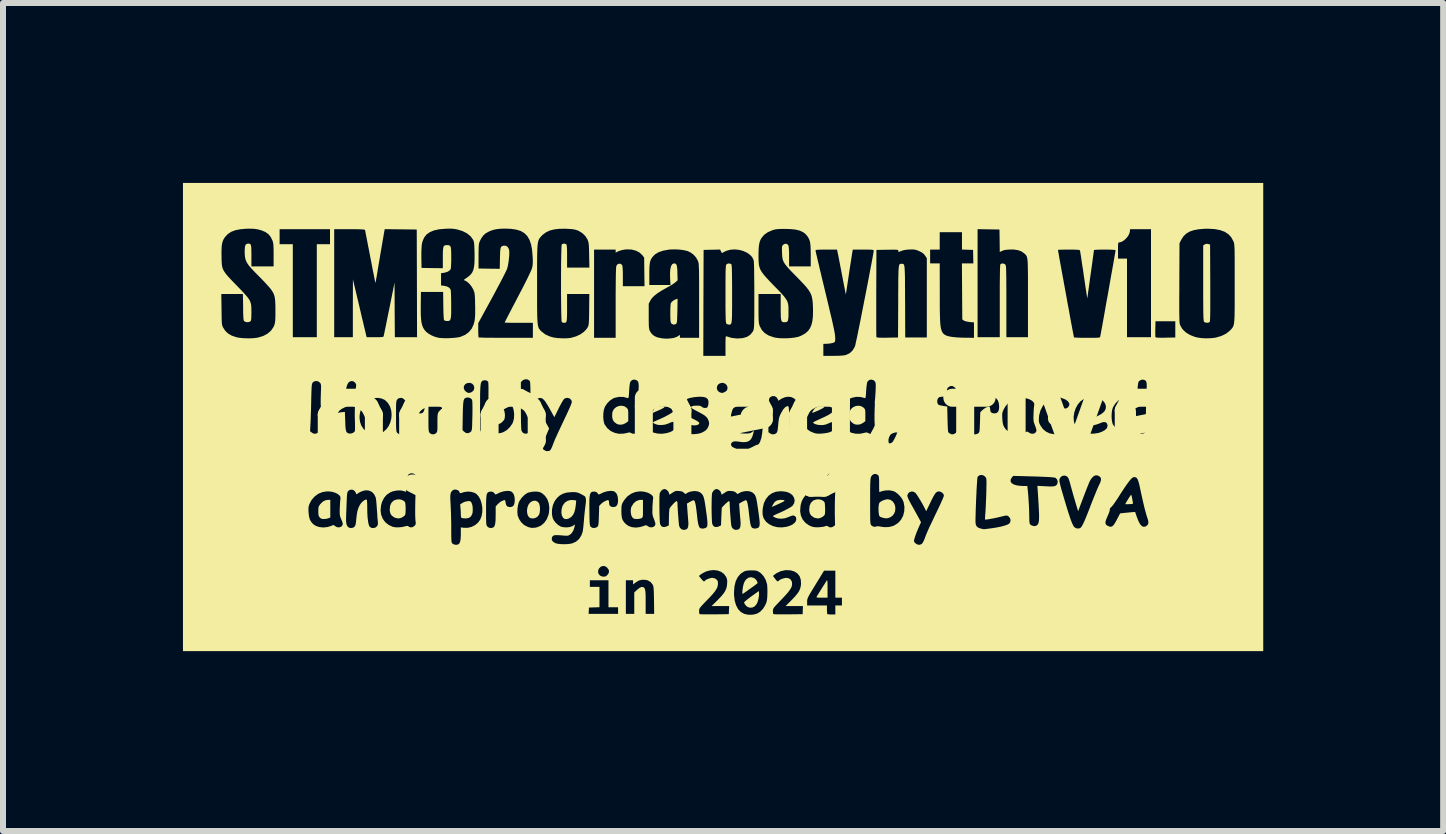
<source format=kicad_pcb>
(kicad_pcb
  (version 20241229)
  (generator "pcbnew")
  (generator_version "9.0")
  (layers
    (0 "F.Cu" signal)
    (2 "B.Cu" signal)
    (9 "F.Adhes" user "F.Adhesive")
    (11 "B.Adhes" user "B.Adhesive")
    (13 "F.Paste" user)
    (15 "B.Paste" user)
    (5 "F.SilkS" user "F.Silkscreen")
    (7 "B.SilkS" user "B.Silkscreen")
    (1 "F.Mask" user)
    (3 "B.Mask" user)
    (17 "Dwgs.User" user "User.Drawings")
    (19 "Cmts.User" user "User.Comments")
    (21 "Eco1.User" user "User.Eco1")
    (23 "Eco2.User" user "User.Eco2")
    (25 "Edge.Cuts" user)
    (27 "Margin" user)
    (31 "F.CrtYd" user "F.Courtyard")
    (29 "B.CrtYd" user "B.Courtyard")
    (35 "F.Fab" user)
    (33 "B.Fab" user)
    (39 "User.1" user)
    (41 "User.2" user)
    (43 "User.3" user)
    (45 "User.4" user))
  (footprint "logo_negative"
    (layer "F.Cu")
    (at 9.004 3.902)
    (property "Reference" "logo_negative" (at 0 0 0) (layer "F.SilkS") (effects (font (size 1.5 1.5) (thickness 0.3))))
    (attr board_only exclude_from_pos_files exclude_from_bom)
    (fp_poly (pts (xy -1.003 -0.179) (xy -0.981 -0.175) (xy -0.976 -0.167) (xy -0.988 -0.155) (xy -1.017 -0.139) (xy -1.065 -0.116) (xy -1.099 -0.101) (xy -1.19 -0.062) (xy -1.171 -0.1) (xy -1.143 -0.142) (xy -1.109 -0.168) (xy -1.066 -0.179) (xy -1.041 -0.18)) (stroke (width 0) (type solid)) (fill yes) (layer "F.SilkS"))
    (fp_poly (pts (xy 0.998 1.382) (xy 1.019 1.386) (xy 1.025 1.393) (xy 1.013 1.405) (xy 0.983 1.422) (xy 0.936 1.444) (xy 0.902 1.459) (xy 0.811 1.499) (xy 0.83 1.461) (xy 0.858 1.418) (xy 0.892 1.393) (xy 0.935 1.382) (xy 0.96 1.381)) (stroke (width 0) (type solid)) (fill yes) (layer "F.SilkS"))
    (fp_poly (pts (xy 1.662 -0.179) (xy 1.683 -0.174) (xy 1.686 -0.166) (xy 1.672 -0.153) (xy 1.638 -0.135) (xy 1.601 -0.117) (xy 1.56 -0.098) (xy 1.524 -0.083) (xy 1.5 -0.073) (xy 1.49 -0.07) (xy 1.487 -0.078) (xy 1.494 -0.097) (xy 1.495 -0.099) (xy 1.527 -0.143) (xy 1.57 -0.17) (xy 1.621 -0.18) (xy 1.624 -0.18)) (stroke (width 0) (type solid)) (fill yes) (layer "F.SilkS"))
    (fp_poly (pts (xy 6.184 -0.179) (xy 6.205 -0.174) (xy 6.208 -0.166) (xy 6.193 -0.153) (xy 6.16 -0.135) (xy 6.123 -0.117) (xy 6.081 -0.098) (xy 6.046 -0.083) (xy 6.022 -0.073) (xy 6.012 -0.07) (xy 6.009 -0.078) (xy 6.016 -0.097) (xy 6.017 -0.099) (xy 6.049 -0.143) (xy 6.091 -0.17) (xy 6.143 -0.18) (xy 6.146 -0.18)) (stroke (width 0) (type solid)) (fill yes) (layer "F.SilkS"))
    (fp_poly (pts (xy -3.707 -0.178) (xy -3.672 -0.15) (xy -3.648 -0.107) (xy -3.637 -0.049) (xy -3.637 -0.033) (xy -3.639 0.008) (xy -3.646 0.038) (xy -3.657 0.056) (xy -3.699 0.098) (xy -3.748 0.122) (xy -3.805 0.126) (xy -3.864 0.115) (xy -3.912 0.099) (xy -3.912 -0.015) (xy -3.912 -0.13) (xy -3.859 -0.16) (xy -3.802 -0.184) (xy -3.751 -0.19)) (stroke (width 0) (type solid)) (fill yes) (layer "F.SilkS"))
    (fp_poly (pts (xy 0.599 2.938) (xy 0.597 2.984) (xy 0.588 3.036) (xy 0.574 3.086) (xy 0.558 3.119) (xy 0.526 3.156) (xy 0.487 3.176) (xy 0.445 3.178) (xy 0.409 3.166) (xy 0.384 3.147) (xy 0.363 3.121) (xy 0.351 3.096) (xy 0.35 3.089) (xy 0.358 3.079) (xy 0.38 3.06) (xy 0.412 3.034) (xy 0.452 3.004) (xy 0.473 2.988) (xy 0.595 2.901)) (stroke (width 0) (type solid)) (fill yes) (layer "F.SilkS"))
    (fp_poly (pts (xy -2.485 1.385) (xy -2.449 1.392) (xy -2.455 1.462) (xy -2.465 1.531) (xy -2.479 1.585) (xy -2.498 1.626) (xy -2.525 1.659) (xy -2.531 1.665) (xy -2.569 1.69) (xy -2.608 1.702) (xy -2.642 1.698) (xy -2.665 1.682) (xy -2.687 1.644) (xy -2.696 1.595) (xy -2.693 1.541) (xy -2.678 1.486) (xy -2.669 1.468) (xy -2.638 1.426) (xy -2.594 1.397) (xy -2.541 1.383)) (stroke (width 0) (type solid)) (fill yes) (layer "F.SilkS"))
    (fp_poly (pts (xy -5.749 -0.164) (xy -5.72 -0.146) (xy -5.699 -0.114) (xy -5.686 -0.073) (xy -5.681 -0.027) (xy -5.685 0.02) (xy -5.697 0.063) (xy -5.717 0.098) (xy -5.742 0.117) (xy -5.785 0.13) (xy -5.827 0.126) (xy -5.862 0.107) (xy -5.866 0.104) (xy -5.89 0.068) (xy -5.901 0.026) (xy -5.9 -0.019) (xy -5.889 -0.064) (xy -5.869 -0.105) (xy -5.841 -0.138) (xy -5.808 -0.16) (xy -5.771 -0.167)) (stroke (width 0) (type solid)) (fill yes) (layer "F.SilkS"))
    (fp_poly (pts (xy 6.807 1.306) (xy 6.814 1.331) (xy 6.82 1.363) (xy 6.826 1.396) (xy 6.831 1.424) (xy 6.832 1.442) (xy 6.831 1.445) (xy 6.82 1.448) (xy 6.796 1.451) (xy 6.766 1.452) (xy 6.737 1.453) (xy 6.715 1.453) (xy 6.705 1.451) (xy 6.705 1.45) (xy 6.715 1.429) (xy 6.732 1.401) (xy 6.751 1.369) (xy 6.771 1.338) (xy 6.788 1.313) (xy 6.799 1.298) (xy 6.803 1.295)) (stroke (width 0) (type solid)) (fill yes) (layer "F.SilkS"))
    (fp_poly (pts (xy -3.1 1.405) (xy -3.073 1.431) (xy -3.066 1.445) (xy -3.055 1.487) (xy -3.052 1.537) (xy -3.056 1.587) (xy -3.067 1.627) (xy -3.068 1.627) (xy -3.093 1.66) (xy -3.129 1.682) (xy -3.169 1.691) (xy -3.209 1.686) (xy -3.228 1.676) (xy -3.252 1.648) (xy -3.265 1.608) (xy -3.269 1.561) (xy -3.263 1.511) (xy -3.246 1.465) (xy -3.237 1.449) (xy -3.206 1.416) (xy -3.17 1.398) (xy -3.133 1.394)) (stroke (width 0) (type solid)) (fill yes) (layer "F.SilkS"))
    (fp_poly (pts (xy 1.736 2.724) (xy 1.738 2.739) (xy 1.74 2.766) (xy 1.741 2.81) (xy 1.741 2.859) (xy 1.741 3.011) (xy 1.645 3.011) (xy 1.599 3.011) (xy 1.571 3.009) (xy 1.558 3.005) (xy 1.557 2.999) (xy 1.557 2.999) (xy 1.569 2.979) (xy 1.588 2.948) (xy 1.612 2.909) (xy 1.639 2.866) (xy 1.666 2.823) (xy 1.691 2.784) (xy 1.711 2.752) (xy 1.724 2.731) (xy 1.727 2.726) (xy 1.732 2.721)) (stroke (width 0) (type solid)) (fill yes) (layer "F.SilkS"))
    (fp_poly (pts (xy -6.548 1.381) (xy -6.548 1.527) (xy -6.548 1.674) (xy -6.578 1.687) (xy -6.607 1.695) (xy -6.643 1.7) (xy -6.653 1.7) (xy -6.687 1.698) (xy -6.71 1.687) (xy -6.723 1.675) (xy -6.736 1.659) (xy -6.743 1.641) (xy -6.747 1.616) (xy -6.748 1.576) (xy -6.748 1.572) (xy -6.747 1.53) (xy -6.744 1.503) (xy -6.736 1.482) (xy -6.722 1.461) (xy -6.719 1.456) (xy -6.676 1.412) (xy -6.628 1.387) (xy -6.588 1.381)) (stroke (width 0) (type solid)) (fill yes) (layer "F.SilkS"))
    (fp_poly (pts (xy -1.336 1.381) (xy -1.336 1.526) (xy -1.336 1.583) (xy -1.336 1.623) (xy -1.338 1.65) (xy -1.341 1.666) (xy -1.347 1.676) (xy -1.355 1.683) (xy -1.361 1.686) (xy -1.385 1.694) (xy -1.42 1.7) (xy -1.436 1.7) (xy -1.47 1.698) (xy -1.493 1.691) (xy -1.511 1.675) (xy -1.528 1.645) (xy -1.538 1.603) (xy -1.54 1.556) (xy -1.534 1.512) (xy -1.525 1.49) (xy -1.49 1.436) (xy -1.447 1.4) (xy -1.397 1.382) (xy -1.374 1.381)) (stroke (width 0) (type solid)) (fill yes) (layer "F.SilkS"))
    (fp_poly (pts (xy 5.017 -0.18) (xy 5.017 -0.034) (xy 5.017 0.023) (xy 5.016 0.063) (xy 5.015 0.089) (xy 5.011 0.106) (xy 5.006 0.116) (xy 4.998 0.122) (xy 4.992 0.125) (xy 4.967 0.134) (xy 4.933 0.139) (xy 4.916 0.14) (xy 4.882 0.138) (xy 4.859 0.13) (xy 4.842 0.115) (xy 4.824 0.084) (xy 4.814 0.042) (xy 4.812 -0.004) (xy 4.819 -0.048) (xy 4.827 -0.071) (xy 4.863 -0.125) (xy 4.906 -0.161) (xy 4.956 -0.178) (xy 4.979 -0.18)) (stroke (width 0) (type solid)) (fill yes) (layer "F.SilkS"))
    (fp_poly (pts (xy 0.495 -0.176) (xy 0.519 -0.169) (xy 0.528 -0.157) (xy 0.53 -0.136) (xy 0.528 -0.1) (xy 0.521 -0.055) (xy 0.513 -0.009) (xy 0.503 0.029) (xy 0.499 0.042) (xy 0.485 0.065) (xy 0.462 0.092) (xy 0.449 0.105) (xy 0.409 0.132) (xy 0.371 0.142) (xy 0.336 0.134) (xy 0.311 0.114) (xy 0.297 0.091) (xy 0.29 0.062) (xy 0.288 0.022) (xy 0.29 -0.015) (xy 0.302 -0.072) (xy 0.33 -0.119) (xy 0.371 -0.154) (xy 0.421 -0.175) (xy 0.478 -0.178)) (stroke (width 0) (type solid)) (fill yes) (layer "F.SilkS"))
    (fp_poly (pts (xy 6.809 -0.183) (xy 6.834 -0.177) (xy 6.854 -0.164) (xy 6.857 -0.161) (xy 6.868 -0.149) (xy 6.876 -0.136) (xy 6.88 -0.118) (xy 6.882 -0.091) (xy 6.883 -0.05) (xy 6.883 -0.029) (xy 6.883 0.079) (xy 6.851 0.101) (xy 6.81 0.121) (xy 6.764 0.128) (xy 6.719 0.122) (xy 6.697 0.112) (xy 6.656 0.08) (xy 6.632 0.043) (xy 6.623 -0.003) (xy 6.623 -0.019) (xy 6.63 -0.081) (xy 6.651 -0.129) (xy 6.685 -0.163) (xy 6.732 -0.181) (xy 6.773 -0.185)) (stroke (width 0) (type solid)) (fill yes) (layer "F.SilkS"))
    (fp_poly (pts (xy -5.351 1.382) (xy -5.317 1.402) (xy -5.302 1.42) (xy -5.298 1.438) (xy -5.294 1.471) (xy -5.292 1.512) (xy -5.292 1.533) (xy -5.293 1.578) (xy -5.295 1.608) (xy -5.299 1.627) (xy -5.307 1.64) (xy -5.315 1.648) (xy -5.361 1.679) (xy -5.41 1.691) (xy -5.46 1.682) (xy -5.481 1.673) (xy -5.521 1.646) (xy -5.545 1.612) (xy -5.556 1.566) (xy -5.557 1.537) (xy -5.55 1.476) (xy -5.529 1.429) (xy -5.494 1.395) (xy -5.482 1.388) (xy -5.438 1.374) (xy -5.393 1.372)) (stroke (width 0) (type solid)) (fill yes) (layer "F.SilkS"))
    (fp_poly (pts (xy -1.648 -0.18) (xy -1.609 -0.156) (xy -1.607 -0.153) (xy -1.595 -0.14) (xy -1.587 -0.126) (xy -1.583 -0.107) (xy -1.581 -0.077) (xy -1.581 -0.032) (xy -1.581 -0.029) (xy -1.581 0.069) (xy -1.616 0.096) (xy -1.659 0.119) (xy -1.706 0.128) (xy -1.751 0.123) (xy -1.776 0.112) (xy -1.814 0.083) (xy -1.836 0.052) (xy -1.847 0.011) (xy -1.849 -0.004) (xy -1.849 -0.043) (xy -1.845 -0.08) (xy -1.841 -0.094) (xy -1.818 -0.135) (xy -1.783 -0.165) (xy -1.739 -0.184) (xy -1.693 -0.189)) (stroke (width 0) (type solid)) (fill yes) (layer "F.SilkS"))
    (fp_poly (pts (xy 0.512 2.682) (xy 0.519 2.686) (xy 0.538 2.701) (xy 0.557 2.723) (xy 0.57 2.747) (xy 0.575 2.766) (xy 0.572 2.772) (xy 0.561 2.781) (xy 0.537 2.799) (xy 0.504 2.823) (xy 0.466 2.85) (xy 0.427 2.878) (xy 0.39 2.905) (xy 0.359 2.927) (xy 0.338 2.941) (xy 0.331 2.946) (xy 0.324 2.947) (xy 0.321 2.938) (xy 0.321 2.916) (xy 0.323 2.888) (xy 0.333 2.82) (xy 0.347 2.767) (xy 0.368 2.726) (xy 0.386 2.705) (xy 0.423 2.678) (xy 0.466 2.67)) (stroke (width 0) (type solid)) (fill yes) (layer "F.SilkS"))
    (fp_poly (pts (xy 1.642 1.382) (xy 1.676 1.402) (xy 1.69 1.42) (xy 1.695 1.438) (xy 1.698 1.471) (xy 1.7 1.512) (xy 1.701 1.533) (xy 1.7 1.578) (xy 1.698 1.608) (xy 1.694 1.627) (xy 1.686 1.64) (xy 1.678 1.648) (xy 1.632 1.679) (xy 1.583 1.691) (xy 1.533 1.682) (xy 1.511 1.673) (xy 1.472 1.646) (xy 1.448 1.612) (xy 1.437 1.566) (xy 1.436 1.537) (xy 1.443 1.476) (xy 1.464 1.429) (xy 1.499 1.395) (xy 1.511 1.388) (xy 1.554 1.374) (xy 1.6 1.372)) (stroke (width 0) (type solid)) (fill yes) (layer "F.SilkS"))
    (fp_poly (pts (xy 2.304 -0.18) (xy 2.343 -0.156) (xy 2.345 -0.153) (xy 2.357 -0.14) (xy 2.365 -0.126) (xy 2.369 -0.107) (xy 2.371 -0.077) (xy 2.371 -0.032) (xy 2.371 -0.029) (xy 2.371 0.069) (xy 2.335 0.096) (xy 2.293 0.119) (xy 2.245 0.128) (xy 2.201 0.123) (xy 2.176 0.112) (xy 2.138 0.083) (xy 2.116 0.052) (xy 2.105 0.011) (xy 2.103 -0.004) (xy 2.103 -0.043) (xy 2.107 -0.08) (xy 2.11 -0.094) (xy 2.133 -0.135) (xy 2.169 -0.165) (xy 2.212 -0.184) (xy 2.259 -0.189)) (stroke (width 0) (type solid)) (fill yes) (layer "F.SilkS"))
    (fp_poly (pts (xy -0.762 -1.773) (xy -0.764 -1.699) (xy -0.766 -1.643) (xy -0.768 -1.603) (xy -0.772 -1.576) (xy -0.777 -1.561) (xy -0.779 -1.557) (xy -0.802 -1.543) (xy -0.831 -1.542) (xy -0.857 -1.555) (xy -0.865 -1.563) (xy -0.871 -1.576) (xy -0.876 -1.597) (xy -0.878 -1.627) (xy -0.88 -1.672) (xy -0.88 -1.733) (xy -0.88 -1.734) (xy -0.88 -1.787) (xy -0.878 -1.835) (xy -0.875 -1.873) (xy -0.872 -1.896) (xy -0.87 -1.901) (xy -0.851 -1.924) (xy -0.821 -1.947) (xy -0.788 -1.963) (xy -0.782 -1.965) (xy -0.759 -1.973)) (stroke (width 0) (type solid)) (fill yes) (layer "F.SilkS"))
    (fp_poly (pts (xy 2.786 1.379) (xy 2.822 1.402) (xy 2.849 1.436) (xy 2.866 1.477) (xy 2.872 1.523) (xy 2.867 1.569) (xy 2.85 1.612) (xy 2.821 1.648) (xy 2.788 1.67) (xy 2.752 1.684) (xy 2.719 1.689) (xy 2.682 1.684) (xy 2.65 1.675) (xy 2.621 1.665) (xy 2.607 1.653) (xy 2.599 1.634) (xy 2.597 1.623) (xy 2.592 1.575) (xy 2.59 1.525) (xy 2.593 1.481) (xy 2.599 1.446) (xy 2.608 1.425) (xy 2.608 1.425) (xy 2.639 1.403) (xy 2.68 1.384) (xy 2.722 1.373) (xy 2.741 1.371)) (stroke (width 0) (type solid)) (fill yes) (layer "F.SilkS"))
    (fp_poly (pts (xy -4.214 1.405) (xy -4.201 1.417) (xy -4.196 1.426) (xy -4.183 1.457) (xy -4.175 1.499) (xy -4.173 1.547) (xy -4.176 1.591) (xy -4.181 1.614) (xy -4.203 1.656) (xy -4.237 1.681) (xy -4.283 1.69) (xy -4.291 1.69) (xy -4.323 1.688) (xy -4.348 1.685) (xy -4.354 1.684) (xy -4.365 1.677) (xy -4.37 1.659) (xy -4.372 1.627) (xy -4.372 1.626) (xy -4.373 1.584) (xy -4.376 1.537) (xy -4.378 1.515) (xy -4.383 1.456) (xy -4.347 1.432) (xy -4.31 1.414) (xy -4.268 1.404) (xy -4.262 1.403) (xy -4.232 1.401)) (stroke (width 0) (type solid)) (fill yes) (layer "F.SilkS"))
    (fp_poly (pts (xy 8.083 -2.885) (xy 8.086 -2.885) (xy 8.118 -2.875) (xy 8.121 -2.237) (xy 8.121 -2.096) (xy 8.121 -1.974) (xy 8.121 -1.871) (xy 8.121 -1.785) (xy 8.12 -1.716) (xy 8.119 -1.662) (xy 8.117 -1.623) (xy 8.115 -1.598) (xy 8.113 -1.585) (xy 8.112 -1.584) (xy 8.092 -1.574) (xy 8.063 -1.571) (xy 8.035 -1.577) (xy 8.019 -1.586) (xy 8.016 -1.591) (xy 8.013 -1.6) (xy 8.011 -1.614) (xy 8.009 -1.635) (xy 8.007 -1.664) (xy 8.006 -1.703) (xy 8.005 -1.753) (xy 8.004 -1.815) (xy 8.004 -1.892) (xy 8.003 -1.984) (xy 8.003 -2.093) (xy 8.003 -2.221) (xy 8.003 -2.231) (xy 8.003 -2.861) (xy 8.028 -2.877) (xy 8.054 -2.888)) (stroke (width 0) (type solid)) (fill yes) (layer "F.SilkS"))
    (fp_poly (pts (xy 0.131 -2.551) (xy 0.14 -2.542) (xy 0.142 -2.526) (xy 0.145 -2.491) (xy 0.147 -2.437) (xy 0.148 -2.365) (xy 0.149 -2.274) (xy 0.15 -2.166) (xy 0.15 -2.047) (xy 0.15 -1.934) (xy 0.15 -1.838) (xy 0.149 -1.76) (xy 0.149 -1.697) (xy 0.147 -1.647) (xy 0.144 -1.609) (xy 0.141 -1.581) (xy 0.136 -1.562) (xy 0.13 -1.55) (xy 0.123 -1.544) (xy 0.113 -1.541) (xy 0.102 -1.541) (xy 0.095 -1.541) (xy 0.069 -1.547) (xy 0.056 -1.556) (xy 0.052 -1.562) (xy 0.049 -1.571) (xy 0.047 -1.587) (xy 0.045 -1.61) (xy 0.043 -1.642) (xy 0.042 -1.685) (xy 0.041 -1.741) (xy 0.04 -1.811) (xy 0.04 -1.896) (xy 0.04 -2) (xy 0.04 -2.051) (xy 0.04 -2.162) (xy 0.04 -2.256) (xy 0.041 -2.332) (xy 0.041 -2.394) (xy 0.042 -2.442) (xy 0.044 -2.479) (xy 0.046 -2.506) (xy 0.048 -2.524) (xy 0.051 -2.536) (xy 0.054 -2.543) (xy 0.056 -2.545) (xy 0.079 -2.558) (xy 0.107 -2.56)) (stroke (width 0) (type solid)) (fill yes) (layer "F.SilkS"))
    (fp_poly (pts (xy 9.004 0) (xy 9.004 3.902) (xy 0 3.902) (xy -9.004 3.902) (xy -9.004 3.281) (xy -2.242 3.281) (xy -1.996 3.281) (xy -1.751 3.281) (xy -1.751 3.226) (xy -1.751 3.171) (xy -1.831 3.171) (xy -1.911 3.171) (xy -1.911 2.946) (xy -1.911 2.721) (xy -1.621 2.721) (xy -1.621 3.001) (xy -1.621 3.281) (xy -1.551 3.281) (xy -1.481 3.281) (xy -1.481 3.103) (xy -1.481 2.924) (xy -1.431 2.878) (xy -1.391 2.846) (xy -1.358 2.832) (xy -1.331 2.835) (xy -1.325 2.839) (xy -1.313 2.849) (xy -1.305 2.864) (xy -1.299 2.886) (xy -1.294 2.919) (xy -1.292 2.964) (xy -1.291 3.024) (xy -1.291 3.086) (xy -1.291 3.281) (xy -1.22 3.281) (xy -1.149 3.281) (xy -1.152 3.054) (xy -1.153 2.979) (xy -1.155 2.922) (xy -1.157 2.88) (xy -1.159 2.849) (xy -1.162 2.826) (xy -1.167 2.81) (xy -1.173 2.797) (xy -1.175 2.792) (xy -1.21 2.749) (xy -1.255 2.723) (xy -1.294 2.714) (xy -1.354 2.713) (xy -1.406 2.726) (xy -1.455 2.756) (xy -1.455 2.756) (xy -1.501 2.791) (xy -1.501 2.756) (xy -1.501 2.721) (xy -1.561 2.721) (xy -1.621 2.721) (xy -1.911 2.721) (xy -2.066 2.721) (xy -2.221 2.721) (xy -2.221 2.776) (xy -2.221 2.831) (xy -2.141 2.831) (xy -2.061 2.831) (xy -2.061 3.001) (xy -2.061 3.17) (xy -2.148 3.173) (xy -2.236 3.176) (xy -2.239 3.229) (xy -2.242 3.281) (xy -9.004 3.281) (xy -9.004 2.577) (xy -2.085 2.577) (xy -2.077 2.613) (xy -2.054 2.641) (xy -2.019 2.658) (xy -1.989 2.661) (xy -1.959 2.657) (xy -1.948 2.649) (xy -0.404 2.649) (xy -0.366 2.695) (xy -0.341 2.724) (xy -0.324 2.738) (xy -0.312 2.739) (xy -0.305 2.731) (xy -0.287 2.715) (xy -0.257 2.7) (xy -0.222 2.688) (xy -0.188 2.681) (xy -0.181 2.681) (xy -0.139 2.689) (xy -0.113 2.705) (xy -0.096 2.724) (xy -0.087 2.744) (xy -0.086 2.775) (xy -0.086 2.779) (xy -0.089 2.809) (xy -0.097 2.839) (xy -0.113 2.871) (xy -0.138 2.908) (xy -0.173 2.951) (xy -0.22 3.003) (xy -0.271 3.055) (xy -0.316 3.102) (xy -0.35 3.138) (xy -0.373 3.164) (xy -0.387 3.183) (xy -0.396 3.199) (xy -0.399 3.213) (xy -0.4 3.228) (xy -0.4 3.233) (xy -0.399 3.262) (xy -0.395 3.281) (xy -0.393 3.285) (xy -0.382 3.287) (xy -0.353 3.288) (xy -0.31 3.289) (xy -0.256 3.289) (xy -0.192 3.289) (xy -0.146 3.289) (xy 0.095 3.286) (xy 0.098 3.219) (xy 0.101 3.151) (xy -0.046 3.151) (xy -0.192 3.151) (xy -0.094 3.054) (xy -0.038 2.996) (xy 0.004 2.946) (xy 0.02 2.923) (xy 0.182 2.923) (xy 0.182 2.965) (xy 0.193 3.059) (xy 0.216 3.138) (xy 0.25 3.202) (xy 0.296 3.25) (xy 0.352 3.281) (xy 0.419 3.296) (xy 0.478 3.296) (xy 0.517 3.29) (xy 0.555 3.28) (xy 0.568 3.276) (xy 0.619 3.245) (xy 0.63 3.233) (xy 0.83 3.233) (xy 0.832 3.262) (xy 0.835 3.281) (xy 0.837 3.285) (xy 0.849 3.287) (xy 0.877 3.288) (xy 0.92 3.289) (xy 0.975 3.289) (xy 1.038 3.289) (xy 1.085 3.289) (xy 1.326 3.286) (xy 1.328 3.219) (xy 1.331 3.151) (xy 1.187 3.151) (xy 1.042 3.151) (xy 1.111 3.082) (xy 1.401 3.082) (xy 1.401 3.141) (xy 1.566 3.141) (xy 1.731 3.141) (xy 1.731 3.21) (xy 1.732 3.245) (xy 1.734 3.272) (xy 1.737 3.285) (xy 1.737 3.285) (xy 1.75 3.288) (xy 1.777 3.291) (xy 1.807 3.291) (xy 1.871 3.291) (xy 1.871 3.216) (xy 1.871 3.141) (xy 1.926 3.141) (xy 1.981 3.141) (xy 1.981 3.076) (xy 1.981 3.011) (xy 1.926 3.011) (xy 1.871 3.011) (xy 1.871 2.786) (xy 1.871 2.561) (xy 1.777 2.561) (xy 1.683 2.561) (xy 1.542 2.791) (xy 1.5 2.86) (xy 1.467 2.914) (xy 1.442 2.956) (xy 1.425 2.988) (xy 1.413 3.012) (xy 1.406 3.032) (xy 1.402 3.048) (xy 1.401 3.065) (xy 1.401 3.082) (xy 1.111 3.082) (xy 1.144 3.049) (xy 1.198 2.992) (xy 1.238 2.944) (xy 1.266 2.902) (xy 1.284 2.861) (xy 1.295 2.818) (xy 1.299 2.78) (xy 1.295 2.711) (xy 1.275 2.653) (xy 1.24 2.608) (xy 1.19 2.575) (xy 1.128 2.556) (xy 1.053 2.552) (xy 1.037 2.553) (xy 0.962 2.569) (xy 0.892 2.602) (xy 0.858 2.626) (xy 0.831 2.649) (xy 0.866 2.695) (xy 0.89 2.725) (xy 0.907 2.739) (xy 0.919 2.738) (xy 0.925 2.731) (xy 0.944 2.715) (xy 0.974 2.7) (xy 1.011 2.688) (xy 1.045 2.682) (xy 1.053 2.681) (xy 1.098 2.689) (xy 1.129 2.712) (xy 1.147 2.748) (xy 1.15 2.782) (xy 1.147 2.811) (xy 1.137 2.841) (xy 1.117 2.875) (xy 1.088 2.915) (xy 1.046 2.964) (xy 0.992 3.022) (xy 0.969 3.046) (xy 0.922 3.095) (xy 0.887 3.132) (xy 0.862 3.159) (xy 0.846 3.18) (xy 0.836 3.196) (xy 0.832 3.21) (xy 0.83 3.224) (xy 0.83 3.233) (xy 0.63 3.233) (xy 0.664 3.198) (xy 0.701 3.139) (xy 0.706 3.127) (xy 0.719 3.097) (xy 0.728 3.068) (xy 0.733 3.035) (xy 0.737 2.991) (xy 0.738 2.951) (xy 0.739 2.893) (xy 0.737 2.839) (xy 0.734 2.795) (xy 0.731 2.78) (xy 0.709 2.712) (xy 0.674 2.651) (xy 0.63 2.604) (xy 0.606 2.586) (xy 0.58 2.571) (xy 0.556 2.562) (xy 0.53 2.558) (xy 0.493 2.556) (xy 0.471 2.556) (xy 0.417 2.558) (xy 0.378 2.564) (xy 0.349 2.574) (xy 0.29 2.614) (xy 0.243 2.67) (xy 0.209 2.74) (xy 0.189 2.825) (xy 0.182 2.923) (xy 0.02 2.923) (xy 0.034 2.901) (xy 0.053 2.858) (xy 0.064 2.812) (xy 0.067 2.777) (xy 0.069 2.735) (xy 0.065 2.704) (xy 0.056 2.677) (xy 0.048 2.661) (xy 0.013 2.614) (xy -0.034 2.58) (xy -0.091 2.559) (xy -0.154 2.551) (xy -0.221 2.557) (xy -0.288 2.576) (xy -0.352 2.61) (xy -0.38 2.63) (xy -0.404 2.649) (xy -1.948 2.649) (xy -1.936 2.64) (xy -1.927 2.63) (xy -1.905 2.597) (xy -1.902 2.564) (xy -1.912 2.538) (xy -1.939 2.504) (xy -1.972 2.485) (xy -2.008 2.483) (xy -2.042 2.497) (xy -2.07 2.527) (xy -2.076 2.538) (xy -2.085 2.577) (xy -9.004 2.577) (xy -9.004 1.519) (xy -6.912 1.519) (xy -6.912 1.556) (xy -6.911 1.584) (xy -6.904 1.651) (xy -6.891 1.703) (xy -6.868 1.746) (xy -6.835 1.784) (xy -6.835 1.784) (xy -6.788 1.815) (xy -6.73 1.834) (xy -6.665 1.841) (xy -6.597 1.834) (xy -6.548 1.82) (xy -6.493 1.799) (xy -6.466 1.82) (xy -6.433 1.837) (xy -6.399 1.839) (xy -6.368 1.829) (xy -6.347 1.807) (xy -6.34 1.783) (xy -6.343 1.764) (xy -6.351 1.74) (xy -6.285 1.74) (xy -6.277 1.792) (xy -6.259 1.827) (xy -6.231 1.846) (xy -6.203 1.851) (xy -6.166 1.844) (xy -6.145 1.828) (xy -6.135 1.815) (xy -6.128 1.796) (xy -6.122 1.767) (xy -6.117 1.725) (xy -6.114 1.69) (xy -6.105 1.618) (xy -6.094 1.56) (xy -6.078 1.512) (xy -6.056 1.467) (xy -6.04 1.442) (xy -6.016 1.415) (xy -5.989 1.392) (xy -5.963 1.378) (xy -5.943 1.376) (xy -5.94 1.377) (xy -5.937 1.388) (xy -5.935 1.416) (xy -5.933 1.455) (xy -5.932 1.503) (xy -5.932 1.514) (xy -5.931 1.602) (xy -5.926 1.679) (xy -5.918 1.743) (xy -5.908 1.792) (xy -5.896 1.823) (xy -5.89 1.83) (xy -5.862 1.848) (xy -5.827 1.851) (xy -5.793 1.841) (xy -5.772 1.823) (xy -5.759 1.803) (xy -5.754 1.782) (xy -5.755 1.751) (xy -5.756 1.741) (xy -5.759 1.711) (xy -5.763 1.666) (xy -5.766 1.612) (xy -5.77 1.555) (xy -5.71 1.555) (xy -5.7 1.63) (xy -5.673 1.697) (xy -5.631 1.754) (xy -5.574 1.799) (xy -5.505 1.831) (xy -5.502 1.831) (xy -5.461 1.838) (xy -5.41 1.839) (xy -5.356 1.834) (xy -5.313 1.825) (xy -5.282 1.817) (xy -5.263 1.814) (xy -5.25 1.819) (xy -5.243 1.825) (xy -5.214 1.839) (xy -5.18 1.837) (xy -5.149 1.818) (xy -5.145 1.815) (xy -5.131 1.798) (xy -5.124 1.781) (xy -5.124 1.756) (xy -5.127 1.736) (xy -5.131 1.688) (xy -5.133 1.623) (xy -5.133 1.546) (xy -5.132 1.459) (xy -5.13 1.366) (xy -5.129 1.345) (xy -4.548 1.345) (xy -4.546 1.4) (xy -4.542 1.467) (xy -4.539 1.534) (xy -4.536 1.614) (xy -4.534 1.701) (xy -4.532 1.788) (xy -4.532 1.866) (xy -4.532 1.939) (xy -4.531 1.994) (xy -4.53 2.035) (xy -4.529 2.063) (xy -4.526 2.082) (xy -4.522 2.095) (xy -4.517 2.104) (xy -4.51 2.11) (xy -4.479 2.127) (xy -4.442 2.13) (xy -4.412 2.121) (xy -4.395 2.105) (xy -4.383 2.075) (xy -4.375 2.031) (xy -4.375 2.021) (xy -2.856 2.021) (xy -2.854 2.052) (xy -2.834 2.079) (xy -2.797 2.102) (xy -2.786 2.106) (xy -2.748 2.114) (xy -2.697 2.119) (xy -2.639 2.12) (xy -2.582 2.117) (xy -2.533 2.11) (xy -2.513 2.105) (xy -2.451 2.077) (xy -2.401 2.033) (xy -2.363 1.974) (xy -2.342 1.916) (xy -2.338 1.891) (xy -2.332 1.851) (xy -2.327 1.802) (xy -2.322 1.747) (xy -2.321 1.736) (xy -2.316 1.672) (xy -2.309 1.602) (xy -2.302 1.536) (xy -2.295 1.484) (xy -2.291 1.448) (xy -2.23 1.448) (xy -2.229 1.528) (xy -2.229 1.565) (xy -2.228 1.642) (xy -2.227 1.701) (xy -2.225 1.745) (xy -2.223 1.777) (xy -2.22 1.799) (xy -2.216 1.814) (xy -2.211 1.824) (xy -2.207 1.83) (xy -2.179 1.847) (xy -2.144 1.85) (xy -2.11 1.839) (xy -2.099 1.832) (xy -2.091 1.824) (xy -2.084 1.814) (xy -2.08 1.799) (xy -2.077 1.777) (xy -2.074 1.743) (xy -2.072 1.694) (xy -2.071 1.647) (xy -2.068 1.571) (xy -1.696 1.571) (xy -1.694 1.63) (xy -1.688 1.676) (xy -1.677 1.711) (xy -1.658 1.743) (xy -1.632 1.774) (xy -1.584 1.812) (xy -1.524 1.835) (xy -1.457 1.843) (xy -1.384 1.834) (xy -1.321 1.815) (xy -1.295 1.805) (xy -1.278 1.805) (xy -1.262 1.814) (xy -1.254 1.82) (xy -1.221 1.837) (xy -1.187 1.839) (xy -1.157 1.829) (xy -1.135 1.808) (xy -1.128 1.784) (xy -1.131 1.766) (xy -1.14 1.736) (xy -1.153 1.7) (xy -1.154 1.698) (xy -1.166 1.667) (xy -1.173 1.642) (xy -1.178 1.615) (xy -1.179 1.583) (xy -1.178 1.539) (xy -1.178 1.507) (xy -1.175 1.457) (xy -1.173 1.43) (xy -1.062 1.43) (xy -1.062 1.493) (xy -1.061 1.558) (xy -1.06 1.621) (xy -1.058 1.679) (xy -1.056 1.729) (xy -1.053 1.766) (xy -1.05 1.787) (xy -1.049 1.787) (xy -1.031 1.818) (xy -1.002 1.833) (xy -0.965 1.832) (xy -0.941 1.823) (xy -0.905 1.806) (xy -0.903 1.681) (xy -0.902 1.63) (xy -0.9 1.586) (xy -0.897 1.551) (xy -0.895 1.532) (xy -0.895 1.532) (xy -0.886 1.513) (xy -0.866 1.487) (xy -0.842 1.459) (xy -0.816 1.432) (xy -0.792 1.411) (xy -0.776 1.401) (xy -0.774 1.401) (xy -0.765 1.408) (xy -0.761 1.432) (xy -0.76 1.448) (xy -0.76 1.477) (xy -0.757 1.52) (xy -0.754 1.573) (xy -0.75 1.631) (xy -0.745 1.689) (xy -0.741 1.742) (xy -0.737 1.785) (xy -0.734 1.809) (xy -0.72 1.846) (xy -0.693 1.871) (xy -0.658 1.882) (xy -0.62 1.875) (xy -0.611 1.871) (xy -0.592 1.854) (xy -0.582 1.824) (xy -0.578 1.779) (xy -0.582 1.721) (xy -0.586 1.669) (xy -0.591 1.609) (xy -0.595 1.551) (xy -0.596 1.539) (xy -0.603 1.443) (xy -0.556 1.416) (xy -0.527 1.4) (xy -0.502 1.389) (xy -0.493 1.387) (xy -0.482 1.391) (xy -0.473 1.405) (xy -0.465 1.431) (xy -0.456 1.471) (xy -0.448 1.527) (xy -0.439 1.601) (xy -0.435 1.637) (xy -0.427 1.71) (xy -0.418 1.765) (xy -0.409 1.805) (xy -0.398 1.831) (xy -0.386 1.848) (xy -0.375 1.855) (xy -0.334 1.86) (xy -0.294 1.85) (xy -0.285 1.845) (xy -0.274 1.835) (xy -0.266 1.822) (xy -0.262 1.801) (xy -0.261 1.773) (xy -0.263 1.733) (xy -0.268 1.681) (xy -0.277 1.613) (xy -0.289 1.528) (xy -0.289 1.527) (xy -0.296 1.478) (xy -0.192 1.478) (xy -0.192 1.544) (xy -0.191 1.608) (xy -0.189 1.667) (xy -0.187 1.719) (xy -0.184 1.76) (xy -0.18 1.785) (xy -0.179 1.787) (xy -0.161 1.818) (xy -0.131 1.833) (xy -0.094 1.832) (xy -0.071 1.823) (xy -0.035 1.806) (xy -0.029 1.661) (xy -0.027 1.609) (xy -0.025 1.565) (xy -0.023 1.532) (xy -0.022 1.515) (xy -0.022 1.512) (xy -0.011 1.499) (xy 0.009 1.477) (xy 0.034 1.452) (xy 0.06 1.429) (xy 0.082 1.41) (xy 0.095 1.401) (xy 0.096 1.401) (xy 0.106 1.408) (xy 0.11 1.432) (xy 0.11 1.448) (xy 0.111 1.477) (xy 0.113 1.52) (xy 0.116 1.573) (xy 0.12 1.631) (xy 0.125 1.689) (xy 0.129 1.742) (xy 0.134 1.785) (xy 0.136 1.809) (xy 0.15 1.846) (xy 0.177 1.871) (xy 0.212 1.882) (xy 0.251 1.875) (xy 0.26 1.871) (xy 0.278 1.854) (xy 0.288 1.824) (xy 0.292 1.779) (xy 0.289 1.721) (xy 0.284 1.669) (xy 0.279 1.609) (xy 0.275 1.551) (xy 0.274 1.539) (xy 0.267 1.443) (xy 0.314 1.416) (xy 0.344 1.4) (xy 0.368 1.389) (xy 0.378 1.387) (xy 0.388 1.39) (xy 0.397 1.404) (xy 0.405 1.43) (xy 0.413 1.469) (xy 0.422 1.524) (xy 0.43 1.596) (xy 0.434 1.631) (xy 0.443 1.702) (xy 0.45 1.756) (xy 0.458 1.795) (xy 0.467 1.822) (xy 0.477 1.839) (xy 0.489 1.85) (xy 0.491 1.851) (xy 0.527 1.86) (xy 0.566 1.854) (xy 0.586 1.845) (xy 0.596 1.835) (xy 0.604 1.822) (xy 0.608 1.801) (xy 0.61 1.773) (xy 0.608 1.733) (xy 0.602 1.681) (xy 0.593 1.613) (xy 0.588 1.576) (xy 0.657 1.576) (xy 0.659 1.622) (xy 0.665 1.656) (xy 0.677 1.688) (xy 0.682 1.697) (xy 0.718 1.748) (xy 0.77 1.788) (xy 0.832 1.818) (xy 0.903 1.836) (xy 0.978 1.84) (xy 1.054 1.83) (xy 1.066 1.827) (xy 1.116 1.811) (xy 1.155 1.793) (xy 1.188 1.767) (xy 1.193 1.763) (xy 1.213 1.734) (xy 1.22 1.702) (xy 1.215 1.673) (xy 1.199 1.651) (xy 1.172 1.641) (xy 1.167 1.641) (xy 1.147 1.645) (xy 1.116 1.656) (xy 1.09 1.667) (xy 1.033 1.687) (xy 0.971 1.695) (xy 0.912 1.69) (xy 0.868 1.676) (xy 0.845 1.664) (xy 0.831 1.653) (xy 0.83 1.651) (xy 0.839 1.644) (xy 0.861 1.632) (xy 0.893 1.617) (xy 0.898 1.615) (xy 0.961 1.588) (xy 0.998 1.57) (xy 1.284 1.57) (xy 1.297 1.644) (xy 1.327 1.709) (xy 1.373 1.764) (xy 1.435 1.807) (xy 1.468 1.822) (xy 1.5 1.832) (xy 1.535 1.837) (xy 1.579 1.838) (xy 1.596 1.837) (xy 1.638 1.833) (xy 1.675 1.828) (xy 1.701 1.821) (xy 1.703 1.82) (xy 1.725 1.813) (xy 1.741 1.818) (xy 1.749 1.824) (xy 1.779 1.839) (xy 1.813 1.837) (xy 1.842 1.822) (xy 1.866 1.803) (xy 1.862 1.601) (xy 1.862 1.521) (xy 1.863 1.431) (xy 1.864 1.402) (xy 2.451 1.402) (xy 2.451 1.406) (xy 2.451 1.503) (xy 2.451 1.582) (xy 2.452 1.645) (xy 2.452 1.694) (xy 2.453 1.731) (xy 2.455 1.757) (xy 2.457 1.776) (xy 2.461 1.789) (xy 2.465 1.798) (xy 2.47 1.804) (xy 2.473 1.808) (xy 2.501 1.826) (xy 2.534 1.83) (xy 2.559 1.822) (xy 2.576 1.82) (xy 2.605 1.823) (xy 2.624 1.827) (xy 2.693 1.836) (xy 2.765 1.833) (xy 2.833 1.816) (xy 2.857 1.805) (xy 2.918 1.765) (xy 2.966 1.712) (xy 3 1.648) (xy 3.019 1.576) (xy 3.023 1.5) (xy 3.01 1.423) (xy 3.005 1.408) (xy 2.984 1.364) (xy 2.951 1.32) (xy 2.945 1.314) (xy 3.071 1.314) (xy 3.077 1.336) (xy 3.092 1.372) (xy 3.116 1.42) (xy 3.14 1.464) (xy 3.171 1.518) (xy 3.202 1.575) (xy 3.231 1.627) (xy 3.254 1.669) (xy 3.299 1.753) (xy 3.256 1.85) (xy 3.231 1.909) (xy 3.21 1.964) (xy 3.194 2.012) (xy 3.184 2.049) (xy 3.181 2.068) (xy 3.188 2.084) (xy 3.205 2.104) (xy 3.208 2.106) (xy 3.241 2.126) (xy 3.277 2.13) (xy 3.309 2.117) (xy 3.318 2.108) (xy 3.332 2.088) (xy 3.348 2.055) (xy 3.364 2.017) (xy 3.364 2.016) (xy 3.374 1.988) (xy 3.384 1.962) (xy 3.395 1.936) (xy 3.407 1.907) (xy 3.422 1.874) (xy 3.44 1.833) (xy 3.464 1.783) (xy 3.486 1.738) (xy 4.207 1.738) (xy 4.21 1.783) (xy 4.223 1.817) (xy 4.248 1.841) (xy 4.287 1.857) (xy 4.344 1.87) (xy 4.344 1.87) (xy 4.356 1.869) (xy 4.384 1.866) (xy 4.423 1.861) (xy 4.469 1.855) (xy 4.549 1.843) (xy 4.621 1.829) (xy 4.683 1.813) (xy 4.732 1.797) (xy 4.764 1.781) (xy 4.767 1.779) (xy 4.787 1.751) (xy 4.792 1.717) (xy 4.781 1.683) (xy 4.767 1.665) (xy 4.754 1.653) (xy 4.74 1.645) (xy 4.724 1.642) (xy 4.699 1.645) (xy 4.664 1.653) (xy 4.614 1.665) (xy 4.569 1.676) (xy 4.521 1.686) (xy 4.473 1.695) (xy 4.429 1.703) (xy 4.394 1.708) (xy 4.372 1.709) (xy 4.366 1.708) (xy 4.365 1.697) (xy 4.367 1.671) (xy 4.369 1.635) (xy 4.371 1.61) (xy 4.374 1.573) (xy 4.377 1.519) (xy 4.38 1.454) (xy 4.383 1.382) (xy 4.386 1.308) (xy 4.387 1.27) (xy 4.389 1.194) (xy 4.39 1.135) (xy 4.391 1.091) (xy 4.39 1.072) (xy 4.792 1.072) (xy 4.808 1.1) (xy 4.841 1.122) (xy 4.89 1.138) (xy 4.902 1.14) (xy 4.946 1.146) (xy 4.992 1.149) (xy 5.019 1.15) (xy 5.071 1.15) (xy 5.076 1.193) (xy 5.082 1.249) (xy 5.088 1.319) (xy 5.093 1.398) (xy 5.098 1.478) (xy 5.101 1.555) (xy 5.103 1.621) (xy 5.103 1.631) (xy 5.104 1.69) (xy 5.105 1.732) (xy 5.108 1.761) (xy 5.113 1.78) (xy 5.121 1.792) (xy 5.132 1.801) (xy 5.14 1.805) (xy 5.179 1.819) (xy 5.214 1.814) (xy 5.229 1.806) (xy 5.241 1.796) (xy 5.25 1.783) (xy 5.257 1.766) (xy 5.263 1.742) (xy 5.266 1.711) (xy 5.267 1.67) (xy 5.267 1.617) (xy 5.264 1.552) (xy 5.26 1.471) (xy 5.254 1.375) (xy 5.247 1.26) (xy 5.246 1.246) (xy 5.239 1.147) (xy 5.374 1.154) (xy 5.439 1.157) (xy 5.487 1.157) (xy 5.521 1.153) (xy 5.545 1.144) (xy 5.561 1.131) (xy 5.572 1.111) (xy 5.573 1.109) (xy 5.578 1.073) (xy 5.568 1.043) (xy 5.606 1.043) (xy 5.606 1.062) (xy 5.61 1.088) (xy 5.618 1.124) (xy 5.63 1.171) (xy 5.647 1.232) (xy 5.67 1.309) (xy 5.682 1.351) (xy 5.717 1.468) (xy 5.747 1.567) (xy 5.774 1.648) (xy 5.796 1.714) (xy 5.816 1.765) (xy 5.833 1.802) (xy 5.848 1.827) (xy 5.858 1.838) (xy 5.893 1.857) (xy 5.932 1.858) (xy 5.953 1.85) (xy 5.965 1.84) (xy 5.98 1.82) (xy 5.997 1.789) (xy 6.005 1.773) (xy 6.374 1.773) (xy 6.385 1.795) (xy 6.407 1.812) (xy 6.417 1.816) (xy 6.444 1.827) (xy 6.464 1.829) (xy 6.484 1.822) (xy 6.491 1.818) (xy 6.507 1.803) (xy 6.529 1.772) (xy 6.554 1.728) (xy 6.566 1.706) (xy 6.618 1.606) (xy 6.678 1.599) (xy 6.723 1.595) (xy 6.773 1.59) (xy 6.803 1.587) (xy 6.868 1.582) (xy 6.897 1.666) (xy 6.924 1.735) (xy 6.951 1.786) (xy 6.979 1.817) (xy 7.009 1.83) (xy 7.041 1.825) (xy 7.052 1.819) (xy 7.078 1.797) (xy 7.09 1.767) (xy 7.086 1.727) (xy 7.074 1.687) (xy 7.06 1.645) (xy 7.043 1.584) (xy 7.023 1.509) (xy 7.002 1.419) (xy 6.979 1.318) (xy 6.955 1.207) (xy 6.953 1.196) (xy 6.938 1.127) (xy 6.924 1.076) (xy 6.911 1.04) (xy 6.896 1.017) (xy 6.879 1.005) (xy 6.859 1.002) (xy 6.848 1.002) (xy 6.832 1.006) (xy 6.816 1.017) (xy 6.796 1.038) (xy 6.769 1.07) (xy 6.753 1.092) (xy 6.724 1.131) (xy 6.689 1.182) (xy 6.651 1.24) (xy 6.613 1.298) (xy 6.595 1.328) (xy 6.562 1.378) (xy 6.531 1.424) (xy 6.504 1.462) (xy 6.482 1.489) (xy 6.471 1.5) (xy 6.45 1.521) (xy 6.446 1.541) (xy 6.446 1.542) (xy 6.444 1.56) (xy 6.435 1.59) (xy 6.419 1.629) (xy 6.412 1.645) (xy 6.388 1.701) (xy 6.375 1.742) (xy 6.374 1.773) (xy 6.005 1.773) (xy 6.018 1.746) (xy 6.042 1.689) (xy 6.072 1.616) (xy 6.107 1.527) (xy 6.128 1.471) (xy 6.156 1.4) (xy 6.184 1.33) (xy 6.21 1.266) (xy 6.233 1.21) (xy 6.252 1.166) (xy 6.262 1.145) (xy 6.286 1.094) (xy 6.298 1.056) (xy 6.3 1.028) (xy 6.292 1.007) (xy 6.276 0.991) (xy 6.239 0.972) (xy 6.203 0.973) (xy 6.168 0.993) (xy 6.134 1.032) (xy 6.113 1.068) (xy 6.102 1.092) (xy 6.086 1.132) (xy 6.064 1.186) (xy 6.039 1.251) (xy 6.011 1.324) (xy 5.981 1.403) (xy 5.95 1.485) (xy 5.94 1.513) (xy 5.918 1.57) (xy 5.901 1.513) (xy 5.891 1.481) (xy 5.877 1.435) (xy 5.861 1.379) (xy 5.843 1.318) (xy 5.825 1.254) (xy 5.808 1.193) (xy 5.793 1.139) (xy 5.781 1.095) (xy 5.773 1.066) (xy 5.772 1.064) (xy 5.756 1.018) (xy 5.733 0.99) (xy 5.701 0.977) (xy 5.687 0.976) (xy 5.655 0.981) (xy 5.63 0.999) (xy 5.625 1.005) (xy 5.616 1.016) (xy 5.61 1.028) (xy 5.606 1.043) (xy 5.568 1.043) (xy 5.567 1.039) (xy 5.541 1.014) (xy 5.535 1.011) (xy 5.517 1.008) (xy 5.48 1.004) (xy 5.425 1) (xy 5.354 0.997) (xy 5.266 0.993) (xy 5.173 0.99) (xy 4.837 0.981) (xy 4.814 1.006) (xy 4.794 1.04) (xy 4.792 1.072) (xy 4.39 1.072) (xy 4.39 1.059) (xy 4.388 1.037) (xy 4.386 1.022) (xy 4.381 1.011) (xy 4.375 1.002) (xy 4.373 0.999) (xy 4.344 0.975) (xy 4.31 0.965) (xy 4.276 0.97) (xy 4.249 0.989) (xy 4.242 1) (xy 4.239 1.014) (xy 4.236 1.045) (xy 4.233 1.091) (xy 4.229 1.149) (xy 4.225 1.217) (xy 4.222 1.291) (xy 4.218 1.369) (xy 4.215 1.448) (xy 4.212 1.526) (xy 4.21 1.6) (xy 4.208 1.668) (xy 4.207 1.726) (xy 4.207 1.738) (xy 3.486 1.738) (xy 3.494 1.721) (xy 3.53 1.644) (xy 3.555 1.593) (xy 3.587 1.525) (xy 3.617 1.462) (xy 3.642 1.407) (xy 3.662 1.362) (xy 3.675 1.329) (xy 3.681 1.311) (xy 3.681 1.31) (xy 3.673 1.283) (xy 3.65 1.259) (xy 3.62 1.244) (xy 3.599 1.24) (xy 3.579 1.242) (xy 3.562 1.25) (xy 3.545 1.264) (xy 3.527 1.289) (xy 3.505 1.325) (xy 3.479 1.376) (xy 3.454 1.428) (xy 3.385 1.57) (xy 3.362 1.523) (xy 3.342 1.483) (xy 3.316 1.436) (xy 3.288 1.388) (xy 3.26 1.343) (xy 3.235 1.303) (xy 3.215 1.275) (xy 3.205 1.264) (xy 3.175 1.245) (xy 3.141 1.241) (xy 3.109 1.251) (xy 3.085 1.273) (xy 3.072 1.304) (xy 3.071 1.314) (xy 2.945 1.314) (xy 2.91 1.279) (xy 2.868 1.248) (xy 2.835 1.233) (xy 2.774 1.222) (xy 2.71 1.223) (xy 2.652 1.235) (xy 2.651 1.235) (xy 2.625 1.244) (xy 2.608 1.25) (xy 2.605 1.25) (xy 2.603 1.241) (xy 2.602 1.215) (xy 2.601 1.177) (xy 2.601 1.13) (xy 2.601 1.117) (xy 2.601 1.061) (xy 2.599 1.022) (xy 2.597 0.997) (xy 2.592 0.98) (xy 2.586 0.97) (xy 2.584 0.968) (xy 2.551 0.95) (xy 2.517 0.95) (xy 2.487 0.967) (xy 2.467 0.994) (xy 2.463 1.005) (xy 2.459 1.02) (xy 2.457 1.041) (xy 2.455 1.07) (xy 2.453 1.108) (xy 2.452 1.159) (xy 2.451 1.223) (xy 2.451 1.304) (xy 2.451 1.402) (xy 1.864 1.402) (xy 1.865 1.339) (xy 1.869 1.254) (xy 1.871 1.207) (xy 1.875 1.145) (xy 1.877 1.089) (xy 1.879 1.041) (xy 1.879 1.006) (xy 1.877 0.987) (xy 1.877 0.987) (xy 1.861 0.96) (xy 1.834 0.943) (xy 1.802 0.937) (xy 1.77 0.944) (xy 1.745 0.963) (xy 1.741 0.97) (xy 1.736 0.988) (xy 1.73 1.02) (xy 1.724 1.063) (xy 1.719 1.11) (xy 1.714 1.158) (xy 1.712 1.201) (xy 1.711 1.222) (xy 1.711 1.248) (xy 1.668 1.233) (xy 1.61 1.222) (xy 1.546 1.225) (xy 1.482 1.241) (xy 1.424 1.267) (xy 1.376 1.303) (xy 1.362 1.319) (xy 1.33 1.365) (xy 1.309 1.409) (xy 1.294 1.462) (xy 1.29 1.488) (xy 1.284 1.57) (xy 0.998 1.57) (xy 1.022 1.559) (xy 1.075 1.531) (xy 1.119 1.507) (xy 1.149 1.486) (xy 1.158 1.478) (xy 1.185 1.436) (xy 1.193 1.391) (xy 1.183 1.345) (xy 1.156 1.303) (xy 1.147 1.294) (xy 1.105 1.265) (xy 1.052 1.246) (xy 0.986 1.238) (xy 0.955 1.237) (xy 0.88 1.245) (xy 0.814 1.271) (xy 0.757 1.312) (xy 0.713 1.367) (xy 0.68 1.435) (xy 0.662 1.515) (xy 0.657 1.576) (xy 0.588 1.576) (xy 0.581 1.528) (xy 0.581 1.527) (xy 0.57 1.454) (xy 0.561 1.397) (xy 0.552 1.355) (xy 0.542 1.324) (xy 0.531 1.3) (xy 0.517 1.282) (xy 0.499 1.266) (xy 0.486 1.256) (xy 0.452 1.241) (xy 0.406 1.234) (xy 0.356 1.237) (xy 0.309 1.248) (xy 0.283 1.26) (xy 0.24 1.284) (xy 0.215 1.26) (xy 0.191 1.244) (xy 0.158 1.235) (xy 0.132 1.233) (xy 0.099 1.231) (xy 0.074 1.235) (xy 0.049 1.247) (xy 0.023 1.264) (xy -0.006 1.283) (xy -0.022 1.291) (xy -0.028 1.29) (xy -0.03 1.28) (xy -0.03 1.276) (xy -0.039 1.248) (xy -0.061 1.222) (xy -0.089 1.204) (xy -0.108 1.2) (xy -0.136 1.207) (xy -0.16 1.228) (xy -0.181 1.26) (xy -0.185 1.278) (xy -0.188 1.312) (xy -0.19 1.359) (xy -0.191 1.416) (xy -0.192 1.478) (xy -0.296 1.478) (xy -0.3 1.454) (xy -0.309 1.397) (xy -0.319 1.355) (xy -0.328 1.324) (xy -0.34 1.3) (xy -0.354 1.282) (xy -0.371 1.266) (xy -0.384 1.256) (xy -0.418 1.241) (xy -0.464 1.234) (xy -0.514 1.237) (xy -0.562 1.248) (xy -0.588 1.26) (xy -0.63 1.284) (xy -0.655 1.26) (xy -0.679 1.244) (xy -0.712 1.235) (xy -0.738 1.233) (xy -0.772 1.231) (xy -0.797 1.235) (xy -0.821 1.247) (xy -0.848 1.264) (xy -0.876 1.283) (xy -0.892 1.291) (xy -0.899 1.29) (xy -0.9 1.28) (xy -0.9 1.276) (xy -0.909 1.248) (xy -0.931 1.222) (xy -0.959 1.204) (xy -0.978 1.2) (xy -1.01 1.21) (xy -1.037 1.234) (xy -1.056 1.27) (xy -1.056 1.27) (xy -1.059 1.289) (xy -1.061 1.325) (xy -1.062 1.373) (xy -1.062 1.43) (xy -1.173 1.43) (xy -1.172 1.412) (xy -1.169 1.377) (xy -1.166 1.358) (xy -1.167 1.33) (xy -1.186 1.303) (xy -1.219 1.279) (xy -1.262 1.259) (xy -1.314 1.245) (xy -1.37 1.239) (xy -1.388 1.239) (xy -1.464 1.25) (xy -1.535 1.279) (xy -1.597 1.324) (xy -1.649 1.385) (xy -1.666 1.413) (xy -1.68 1.438) (xy -1.688 1.461) (xy -1.693 1.486) (xy -1.695 1.519) (xy -1.696 1.566) (xy -1.696 1.571) (xy -2.068 1.571) (xy -2.066 1.482) (xy -2.036 1.45) (xy -2.011 1.428) (xy -1.98 1.408) (xy -1.949 1.393) (xy -1.924 1.385) (xy -1.911 1.386) (xy -1.904 1.399) (xy -1.901 1.423) (xy -1.901 1.43) (xy -1.895 1.468) (xy -1.875 1.491) (xy -1.842 1.5) (xy -1.831 1.501) (xy -1.794 1.494) (xy -1.769 1.472) (xy -1.755 1.435) (xy -1.751 1.389) (xy -1.757 1.327) (xy -1.774 1.279) (xy -1.803 1.247) (xy -1.805 1.245) (xy -1.838 1.233) (xy -1.883 1.231) (xy -1.935 1.238) (xy -1.987 1.253) (xy -2.02 1.268) (xy -2.051 1.283) (xy -2.069 1.29) (xy -2.079 1.289) (xy -2.085 1.281) (xy -2.087 1.277) (xy -2.106 1.255) (xy -2.137 1.243) (xy -2.172 1.244) (xy -2.175 1.244) (xy -2.191 1.25) (xy -2.204 1.26) (xy -2.214 1.277) (xy -2.221 1.302) (xy -2.226 1.337) (xy -2.229 1.385) (xy -2.23 1.448) (xy -2.291 1.448) (xy -2.287 1.423) (xy -2.286 1.378) (xy -2.291 1.346) (xy -2.302 1.324) (xy -2.321 1.31) (xy -2.323 1.309) (xy -2.348 1.296) (xy -2.358 1.29) (xy -2.397 1.27) (xy -2.431 1.258) (xy -2.469 1.252) (xy -2.516 1.252) (xy -2.536 1.252) (xy -2.61 1.26) (xy -2.67 1.278) (xy -2.722 1.307) (xy -2.768 1.348) (xy -2.809 1.404) (xy -2.838 1.471) (xy -2.853 1.546) (xy -2.853 1.622) (xy -2.842 1.679) (xy -2.822 1.722) (xy -2.789 1.764) (xy -2.748 1.801) (xy -2.705 1.826) (xy -2.69 1.831) (xy -2.639 1.839) (xy -2.586 1.838) (xy -2.538 1.829) (xy -2.502 1.813) (xy -2.5 1.812) (xy -2.47 1.789) (xy -2.476 1.827) (xy -2.495 1.889) (xy -2.525 1.936) (xy -2.551 1.959) (xy -2.57 1.971) (xy -2.588 1.977) (xy -2.611 1.979) (xy -2.645 1.977) (xy -2.666 1.975) (xy -2.73 1.97) (xy -2.776 1.968) (xy -2.809 1.97) (xy -2.831 1.978) (xy -2.845 1.991) (xy -2.853 2.011) (xy -2.856 2.021) (xy -4.375 2.021) (xy -4.372 1.97) (xy -4.372 1.944) (xy -4.372 1.839) (xy -4.328 1.846) (xy -4.259 1.847) (xy -4.192 1.831) (xy -4.132 1.8) (xy -4.081 1.756) (xy -4.048 1.708) (xy -4.025 1.648) (xy -4.014 1.581) (xy -4.014 1.552) (xy -3.951 1.552) (xy -3.951 1.629) (xy -3.951 1.688) (xy -3.95 1.732) (xy -3.949 1.765) (xy -3.946 1.787) (xy -3.943 1.803) (xy -3.938 1.814) (xy -3.932 1.823) (xy -3.931 1.824) (xy -3.903 1.845) (xy -3.867 1.851) (xy -3.832 1.841) (xy -3.817 1.828) (xy -3.806 1.805) (xy -3.798 1.77) (xy -3.793 1.72) (xy -3.792 1.654) (xy -3.791 1.629) (xy -3.791 1.58) (xy -3.43 1.58) (xy -3.426 1.631) (xy -3.423 1.646) (xy -3.399 1.704) (xy -3.363 1.757) (xy -3.319 1.798) (xy -3.306 1.806) (xy -3.247 1.835) (xy -3.192 1.848) (xy -3.135 1.845) (xy -3.092 1.835) (xy -3.032 1.807) (xy -2.981 1.763) (xy -2.94 1.704) (xy -2.912 1.634) (xy -2.902 1.59) (xy -2.897 1.51) (xy -2.907 1.435) (xy -2.931 1.368) (xy -2.969 1.313) (xy -3.018 1.27) (xy -3.051 1.253) (xy -3.09 1.244) (xy -3.14 1.242) (xy -3.193 1.247) (xy -3.242 1.258) (xy -3.267 1.268) (xy -3.313 1.3) (xy -3.357 1.345) (xy -3.393 1.397) (xy -3.404 1.419) (xy -3.418 1.465) (xy -3.427 1.522) (xy -3.43 1.58) (xy -3.791 1.58) (xy -3.791 1.491) (xy -3.76 1.455) (xy -3.714 1.414) (xy -3.661 1.388) (xy -3.655 1.386) (xy -3.641 1.384) (xy -3.633 1.392) (xy -3.628 1.413) (xy -3.626 1.426) (xy -3.616 1.466) (xy -3.599 1.489) (xy -3.571 1.499) (xy -3.552 1.501) (xy -3.518 1.495) (xy -3.494 1.478) (xy -3.48 1.446) (xy -3.473 1.397) (xy -3.473 1.397) (xy -3.476 1.335) (xy -3.491 1.285) (xy -3.518 1.25) (xy -3.526 1.245) (xy -3.559 1.233) (xy -3.604 1.231) (xy -3.655 1.238) (xy -3.708 1.253) (xy -3.741 1.268) (xy -3.772 1.283) (xy -3.79 1.29) (xy -3.799 1.289) (xy -3.805 1.281) (xy -3.807 1.277) (xy -3.827 1.255) (xy -3.857 1.243) (xy -3.892 1.244) (xy -3.899 1.246) (xy -3.914 1.253) (xy -3.926 1.262) (xy -3.935 1.276) (xy -3.942 1.298) (xy -3.946 1.328) (xy -3.949 1.371) (xy -3.951 1.428) (xy -3.951 1.501) (xy -3.951 1.552) (xy -4.014 1.552) (xy -4.014 1.511) (xy -4.025 1.443) (xy -4.044 1.38) (xy -4.073 1.326) (xy -4.109 1.285) (xy -4.136 1.267) (xy -4.192 1.248) (xy -4.255 1.242) (xy -4.316 1.251) (xy -4.328 1.254) (xy -4.362 1.265) (xy -4.381 1.269) (xy -4.39 1.267) (xy -4.392 1.258) (xy -4.392 1.257) (xy -4.401 1.236) (xy -4.423 1.219) (xy -4.452 1.21) (xy -4.483 1.21) (xy -4.507 1.221) (xy -4.523 1.236) (xy -4.535 1.253) (xy -4.542 1.275) (xy -4.547 1.305) (xy -4.548 1.345) (xy -5.129 1.345) (xy -5.126 1.271) (xy -5.121 1.198) (xy -5.117 1.128) (xy -5.114 1.074) (xy -5.113 1.036) (xy -5.114 1.008) (xy -5.117 0.99) (xy -5.121 0.977) (xy -5.122 0.976) (xy -5.146 0.95) (xy -5.178 0.938) (xy -5.213 0.94) (xy -5.244 0.957) (xy -5.251 0.964) (xy -5.257 0.98) (xy -5.263 1.013) (xy -5.269 1.06) (xy -5.274 1.113) (xy -5.285 1.247) (xy -5.326 1.233) (xy -5.38 1.223) (xy -5.441 1.225) (xy -5.504 1.238) (xy -5.547 1.255) (xy -5.607 1.295) (xy -5.653 1.349) (xy -5.687 1.418) (xy -5.702 1.475) (xy -5.71 1.555) (xy -5.77 1.555) (xy -5.77 1.554) (xy -5.772 1.531) (xy -5.776 1.474) (xy -5.78 1.421) (xy -5.785 1.378) (xy -5.79 1.347) (xy -5.792 1.339) (xy -5.817 1.287) (xy -5.854 1.248) (xy -5.903 1.226) (xy -5.95 1.221) (xy -5.988 1.227) (xy -6.032 1.242) (xy -6.073 1.262) (xy -6.095 1.278) (xy -6.107 1.287) (xy -6.115 1.282) (xy -6.123 1.262) (xy -6.143 1.231) (xy -6.172 1.213) (xy -6.206 1.21) (xy -6.238 1.223) (xy -6.249 1.233) (xy -6.257 1.242) (xy -6.262 1.254) (xy -6.266 1.272) (xy -6.269 1.298) (xy -6.272 1.336) (xy -6.274 1.388) (xy -6.277 1.456) (xy -6.279 1.518) (xy -6.281 1.573) (xy -6.283 1.619) (xy -6.284 1.653) (xy -6.285 1.67) (xy -6.285 1.671) (xy -6.285 1.74) (xy -6.351 1.74) (xy -6.353 1.734) (xy -6.366 1.702) (xy -6.377 1.676) (xy -6.385 1.653) (xy -6.389 1.629) (xy -6.391 1.6) (xy -6.391 1.56) (xy -6.39 1.513) (xy -6.387 1.462) (xy -6.385 1.416) (xy -6.381 1.38) (xy -6.378 1.359) (xy -6.378 1.358) (xy -6.38 1.33) (xy -6.398 1.303) (xy -6.431 1.279) (xy -6.474 1.259) (xy -6.526 1.245) (xy -6.582 1.239) (xy -6.6 1.239) (xy -6.675 1.25) (xy -6.746 1.278) (xy -6.808 1.323) (xy -6.859 1.381) (xy -6.887 1.432) (xy -6.901 1.464) (xy -6.909 1.49) (xy -6.912 1.519) (xy -9.004 1.519) (xy -9.004 0.237) (xy -6.885 0.237) (xy -6.858 0.258) (xy -6.826 0.277) (xy -6.794 0.278) (xy -6.769 0.269) (xy -6.754 0.261) (xy -6.744 0.251) (xy -6.737 0.234) (xy -6.731 0.208) (xy -6.727 0.17) (xy -6.723 0.115) (xy -6.722 0.106) (xy -6.718 0.055) (xy -6.713 0.015) (xy -6.707 -0.011) (xy -6.703 -0.02) (xy -6.69 -0.024) (xy -6.661 -0.03) (xy -6.62 -0.038) (xy -6.571 -0.047) (xy -6.518 -0.056) (xy -6.465 -0.065) (xy -6.416 -0.072) (xy -6.374 -0.079) (xy -6.344 -0.082) (xy -6.341 -0.082) (xy -6.305 -0.086) (xy -6.299 0.073) (xy -6.297 0.14) (xy -6.293 0.189) (xy -6.287 0.223) (xy -6.279 0.247) (xy -6.267 0.261) (xy -6.251 0.27) (xy -6.232 0.275) (xy -6.202 0.275) (xy -6.17 0.264) (xy -6.146 0.246) (xy -6.139 0.235) (xy -6.137 0.22) (xy -6.136 0.188) (xy -6.136 0.144) (xy -6.137 0.091) (xy -6.138 0.047) (xy -6.139 0.015) (xy -6.061 0.015) (xy -6.052 0.081) (xy -6.031 0.142) (xy -5.996 0.196) (xy -5.947 0.24) (xy -5.935 0.247) (xy -5.875 0.276) (xy -5.818 0.288) (xy -5.759 0.283) (xy -5.723 0.275) (xy -5.664 0.247) (xy -5.615 0.205) (xy -5.576 0.152) (xy -5.548 0.091) (xy -5.531 0.024) (xy -5.528 -0.015) (xy -5.452 -0.015) (xy -5.452 0.063) (xy -5.452 0.123) (xy -5.451 0.169) (xy -5.449 0.202) (xy -5.447 0.225) (xy -5.444 0.241) (xy -5.439 0.252) (xy -5.433 0.262) (xy -5.431 0.264) (xy -5.403 0.285) (xy -5.369 0.29) (xy -5.336 0.279) (xy -5.324 0.27) (xy -5.315 0.261) (xy -5.308 0.252) (xy -5.304 0.241) (xy -5.301 0.223) (xy -5.3 0.196) (xy -5.3 0.156) (xy -5.301 0.1) (xy -5.301 0.08) (xy -5.302 0.019) (xy -5.3 -0.016) (xy -4.912 -0.016) (xy -4.912 0.063) (xy -4.912 0.124) (xy -4.911 0.17) (xy -4.91 0.204) (xy -4.907 0.228) (xy -4.904 0.244) (xy -4.9 0.254) (xy -4.894 0.262) (xy -4.89 0.267) (xy -4.86 0.286) (xy -4.825 0.289) (xy -4.791 0.274) (xy -4.785 0.268) (xy -4.776 0.259) (xy -4.77 0.248) (xy -4.766 0.233) (xy -4.764 0.218) (xy -4.344 0.218) (xy -4.318 0.244) (xy -4.285 0.266) (xy -4.25 0.269) (xy -4.216 0.254) (xy -4.208 0.247) (xy -4.2 0.239) (xy -4.195 0.23) (xy -4.191 0.217) (xy -4.187 0.198) (xy -4.185 0.171) (xy -4.185 0.167) (xy -4.052 0.167) (xy -4.052 0.198) (xy -4.052 0.212) (xy -4.052 0.213) (xy -4.044 0.235) (xy -4.023 0.254) (xy -3.997 0.267) (xy -3.971 0.272) (xy -3.951 0.265) (xy -3.946 0.26) (xy -3.933 0.254) (xy -3.918 0.256) (xy -3.845 0.273) (xy -3.771 0.275) (xy -3.701 0.265) (xy -3.657 0.249) (xy -3.601 0.214) (xy -3.552 0.165) (xy -3.513 0.109) (xy -3.501 0.081) (xy -3.486 0.021) (xy -3.483 -0.048) (xy -3.491 -0.115) (xy -3.508 -0.171) (xy -3.547 -0.236) (xy -3.598 -0.286) (xy -3.657 -0.321) (xy -3.724 -0.338) (xy -3.795 -0.338) (xy -3.862 -0.321) (xy -3.912 -0.302) (xy -3.911 -0.441) (xy -3.911 -0.492) (xy -3.912 -0.536) (xy -3.914 -0.57) (xy -3.915 -0.581) (xy -3.371 -0.581) (xy -3.371 -0.192) (xy -3.371 -0.083) (xy -3.37 0.012) (xy -3.369 0.091) (xy -3.367 0.153) (xy -3.365 0.197) (xy -3.362 0.223) (xy -3.361 0.227) (xy -3.341 0.259) (xy -3.311 0.276) (xy -3.277 0.277) (xy -3.244 0.263) (xy -3.236 0.256) (xy -3.211 0.231) (xy -3.211 -0.18) (xy -3.211 -0.228) (xy -3.128 -0.228) (xy -3.118 -0.2) (xy -3.106 -0.179) (xy -3.088 -0.147) (xy -3.068 -0.112) (xy -3.067 -0.11) (xy -3.047 -0.075) (xy -3.021 -0.029) (xy -2.992 0.023) (xy -2.965 0.073) (xy -2.9 0.191) (xy -2.952 0.313) (xy -2.973 0.363) (xy -2.99 0.411) (xy -3.003 0.451) (xy -3.009 0.479) (xy -3.009 0.481) (xy -3.01 0.511) (xy -3.005 0.529) (xy -2.99 0.545) (xy -2.986 0.549) (xy -2.948 0.568) (xy -2.907 0.567) (xy -2.897 0.564) (xy -2.883 0.554) (xy -2.868 0.533) (xy -2.852 0.498) (xy -2.843 0.476) (xy 0.125 0.476) (xy 0.135 0.506) (xy 0.164 0.531) (xy 0.209 0.551) (xy 0.242 0.556) (xy 0.288 0.559) (xy 0.34 0.559) (xy 0.393 0.556) (xy 0.44 0.551) (xy 0.469 0.545) (xy 0.529 0.518) (xy 0.577 0.476) (xy 0.614 0.419) (xy 0.626 0.384) (xy 2.701 0.384) (xy 2.71 0.41) (xy 2.732 0.429) (xy 2.761 0.439) (xy 2.792 0.437) (xy 2.819 0.422) (xy 2.82 0.422) (xy 2.835 0.401) (xy 2.853 0.369) (xy 2.873 0.33) (xy 2.891 0.29) (xy 2.904 0.254) (xy 2.911 0.229) (xy 2.911 0.225) (xy 2.902 0.2) (xy 2.88 0.181) (xy 2.85 0.171) (xy 2.819 0.173) (xy 2.799 0.183) (xy 2.785 0.199) (xy 2.767 0.229) (xy 2.747 0.267) (xy 2.728 0.307) (xy 2.712 0.344) (xy 2.703 0.373) (xy 2.701 0.384) (xy 0.626 0.384) (xy 0.639 0.346) (xy 0.651 0.271) (xy 0.653 0.252) (xy 0.755 0.252) (xy 0.779 0.271) (xy 0.812 0.287) (xy 0.849 0.288) (xy 0.881 0.274) (xy 0.888 0.268) (xy 0.898 0.254) (xy 0.905 0.236) (xy 0.91 0.208) (xy 0.915 0.167) (xy 0.919 0.125) (xy 0.924 0.071) (xy 0.93 0.032) (xy 0.937 0.001) (xy 0.948 -0.028) (xy 0.963 -0.061) (xy 0.968 -0.069) (xy 0.999 -0.123) (xy 1.029 -0.158) (xy 1.059 -0.178) (xy 1.075 -0.182) (xy 1.083 -0.182) (xy 1.088 -0.178) (xy 1.092 -0.168) (xy 1.095 -0.147) (xy 1.098 -0.115) (xy 1.1 -0.068) (xy 1.102 -0.015) (xy 1.105 0.066) (xy 1.109 0.13) (xy 1.113 0.179) (xy 1.119 0.215) (xy 1.126 0.241) (xy 1.135 0.26) (xy 1.142 0.27) (xy 1.171 0.287) (xy 1.206 0.29) (xy 1.24 0.28) (xy 1.26 0.266) (xy 1.273 0.249) (xy 1.279 0.231) (xy 1.279 0.205) (xy 1.277 0.183) (xy 1.274 0.153) (xy 1.271 0.107) (xy 1.267 0.052) (xy 1.264 0.005) (xy 1.326 0.005) (xy 1.327 0.053) (xy 1.33 0.087) (xy 1.337 0.114) (xy 1.348 0.136) (xy 1.388 0.191) (xy 1.445 0.235) (xy 1.517 0.266) (xy 1.536 0.271) (xy 1.574 0.277) (xy 1.625 0.277) (xy 1.681 0.272) (xy 1.735 0.264) (xy 1.78 0.252) (xy 1.783 0.251) (xy 1.828 0.228) (xy 1.862 0.2) (xy 1.884 0.169) (xy 1.892 0.139) (xy 1.884 0.111) (xy 1.869 0.096) (xy 1.848 0.084) (xy 1.828 0.081) (xy 1.802 0.087) (xy 1.765 0.102) (xy 1.754 0.107) (xy 1.709 0.125) (xy 1.666 0.133) (xy 1.631 0.134) (xy 1.589 0.131) (xy 1.551 0.123) (xy 1.521 0.111) (xy 1.503 0.098) (xy 1.501 0.091) (xy 1.509 0.084) (xy 1.533 0.071) (xy 1.568 0.054) (xy 1.612 0.034) (xy 1.622 0.029) (xy 1.697 -0.005) (xy 1.699 -0.006) (xy 1.952 -0.006) (xy 1.957 0.054) (xy 1.97 0.106) (xy 1.978 0.125) (xy 2.02 0.184) (xy 2.074 0.23) (xy 2.139 0.262) (xy 2.21 0.278) (xy 2.286 0.278) (xy 2.346 0.266) (xy 2.376 0.258) (xy 2.395 0.257) (xy 2.41 0.263) (xy 2.415 0.266) (xy 2.449 0.279) (xy 2.484 0.276) (xy 2.513 0.257) (xy 2.529 0.231) (xy 2.532 0.21) (xy 2.532 0.177) (xy 2.529 0.137) (xy 2.528 0.132) (xy 2.525 0.086) (xy 2.524 0.023) (xy 2.524 -0.055) (xy 2.527 -0.145) (xy 2.531 -0.246) (xy 2.531 -0.246) (xy 3.57 -0.246) (xy 3.58 -0.217) (xy 3.593 -0.204) (xy 3.609 -0.198) (xy 3.639 -0.191) (xy 3.671 -0.185) (xy 3.736 -0.175) (xy 3.741 0.038) (xy 3.743 0.109) (xy 3.745 0.162) (xy 3.747 0.2) (xy 3.749 0.227) (xy 3.752 0.245) (xy 3.757 0.256) (xy 3.763 0.264) (xy 3.771 0.27) (xy 3.808 0.288) (xy 3.844 0.286) (xy 3.877 0.266) (xy 3.877 0.266) (xy 3.886 0.257) (xy 3.893 0.248) (xy 3.897 0.236) (xy 3.901 0.219) (xy 3.903 0.195) (xy 3.905 0.16) (xy 3.905 0.111) (xy 3.906 0.047) (xy 3.906 0) (xy 3.906 -0.113) (xy 4.123 -0.113) (xy 4.123 -0.033) (xy 4.124 0.005) (xy 4.125 0.081) (xy 4.126 0.141) (xy 4.127 0.185) (xy 4.129 0.217) (xy 4.132 0.239) (xy 4.136 0.253) (xy 4.141 0.263) (xy 4.146 0.269) (xy 4.173 0.286) (xy 4.208 0.289) (xy 4.242 0.278) (xy 4.253 0.271) (xy 4.262 0.263) (xy 4.268 0.253) (xy 4.273 0.239) (xy 4.276 0.216) (xy 4.278 0.182) (xy 4.28 0.134) (xy 4.282 0.087) (xy 4.285 -0.019) (xy 4.652 -0.019) (xy 4.654 0.022) (xy 4.659 0.084) (xy 4.669 0.131) (xy 4.687 0.17) (xy 4.713 0.206) (xy 4.721 0.213) (xy 4.769 0.251) (xy 4.828 0.274) (xy 4.896 0.282) (xy 4.968 0.274) (xy 5.032 0.254) (xy 5.058 0.245) (xy 5.074 0.244) (xy 5.09 0.253) (xy 5.098 0.259) (xy 5.131 0.276) (xy 5.165 0.279) (xy 5.196 0.269) (xy 5.217 0.248) (xy 5.224 0.224) (xy 5.221 0.206) (xy 5.212 0.175) (xy 5.199 0.139) (xy 5.198 0.137) (xy 5.187 0.107) (xy 5.179 0.081) (xy 5.175 0.055) (xy 5.175 0.05) (xy 5.263 0.05) (xy 5.265 0.08) (xy 5.273 0.106) (xy 5.287 0.135) (xy 5.289 0.14) (xy 5.33 0.199) (xy 5.383 0.243) (xy 5.446 0.273) (xy 5.515 0.286) (xy 5.589 0.283) (xy 5.664 0.261) (xy 5.677 0.256) (xy 5.728 0.23) (xy 5.762 0.205) (xy 5.779 0.179) (xy 5.782 0.158) (xy 5.774 0.127) (xy 5.752 0.102) (xy 5.724 0.09) (xy 5.718 0.09) (xy 5.696 0.094) (xy 5.664 0.105) (xy 5.641 0.115) (xy 5.583 0.134) (xy 5.53 0.139) (xy 5.485 0.129) (xy 5.448 0.107) (xy 5.424 0.073) (xy 5.414 0.029) (xy 5.416 0.003) (xy 5.417 -0.003) (xy 5.843 -0.003) (xy 5.847 0.067) (xy 5.857 0.108) (xy 5.885 0.162) (xy 5.928 0.209) (xy 5.984 0.245) (xy 6.049 0.269) (xy 6.05 0.269) (xy 6.117 0.278) (xy 6.191 0.276) (xy 6.258 0.265) (xy 6.313 0.246) (xy 6.359 0.221) (xy 6.391 0.193) (xy 6.403 0.173) (xy 6.409 0.135) (xy 6.399 0.106) (xy 6.377 0.087) (xy 6.345 0.083) (xy 6.319 0.089) (xy 6.261 0.112) (xy 6.216 0.127) (xy 6.181 0.135) (xy 6.149 0.137) (xy 6.127 0.135) (xy 6.089 0.127) (xy 6.054 0.115) (xy 6.043 0.109) (xy 6.009 0.088) (xy 6.15 0.026) (xy 6.216 -0.004) (xy 6.219 -0.006) (xy 6.476 -0.006) (xy 6.48 0.051) (xy 6.489 0.1) (xy 6.499 0.125) (xy 6.543 0.185) (xy 6.598 0.232) (xy 6.664 0.263) (xy 6.737 0.279) (xy 6.813 0.277) (xy 6.868 0.266) (xy 6.898 0.258) (xy 6.917 0.257) (xy 6.932 0.263) (xy 6.936 0.266) (xy 6.97 0.279) (xy 7.003 0.276) (xy 7.029 0.259) (xy 7.035 0.251) (xy 7.04 0.24) (xy 7.043 0.224) (xy 7.045 0.2) (xy 7.047 0.165) (xy 7.047 0.117) (xy 7.048 0.053) (xy 7.048 0.011) (xy 7.048 -0.069) (xy 7.05 -0.157) (xy 7.051 -0.245) (xy 7.054 -0.328) (xy 7.057 -0.397) (xy 7.057 -0.397) (xy 7.06 -0.466) (xy 7.062 -0.518) (xy 7.061 -0.555) (xy 7.057 -0.581) (xy 7.05 -0.598) (xy 7.04 -0.609) (xy 7.025 -0.617) (xy 7.016 -0.621) (xy 6.984 -0.624) (xy 6.951 -0.612) (xy 6.927 -0.59) (xy 6.924 -0.584) (xy 6.919 -0.564) (xy 6.914 -0.529) (xy 6.909 -0.484) (xy 6.906 -0.434) (xy 6.906 -0.434) (xy 6.903 -0.382) (xy 6.9 -0.347) (xy 6.897 -0.326) (xy 6.892 -0.316) (xy 6.886 -0.315) (xy 6.884 -0.316) (xy 6.812 -0.335) (xy 6.736 -0.336) (xy 6.663 -0.32) (xy 6.638 -0.309) (xy 6.588 -0.276) (xy 6.542 -0.229) (xy 6.505 -0.173) (xy 6.499 -0.161) (xy 6.485 -0.118) (xy 6.478 -0.064) (xy 6.476 -0.006) (xy 6.219 -0.006) (xy 6.266 -0.029) (xy 6.303 -0.05) (xy 6.33 -0.07) (xy 6.351 -0.09) (xy 6.365 -0.108) (xy 6.381 -0.149) (xy 6.379 -0.193) (xy 6.362 -0.235) (xy 6.332 -0.272) (xy 6.301 -0.292) (xy 6.245 -0.313) (xy 6.179 -0.323) (xy 6.112 -0.323) (xy 6.049 -0.313) (xy 6.005 -0.296) (xy 5.954 -0.259) (xy 5.911 -0.207) (xy 5.877 -0.144) (xy 5.854 -0.074) (xy 5.843 -0.003) (xy 5.417 -0.003) (xy 5.433 -0.059) (xy 5.467 -0.122) (xy 5.493 -0.155) (xy 5.524 -0.181) (xy 5.557 -0.19) (xy 5.596 -0.183) (xy 5.636 -0.165) (xy 5.677 -0.147) (xy 5.708 -0.141) (xy 5.733 -0.15) (xy 5.749 -0.162) (xy 5.77 -0.192) (xy 5.772 -0.223) (xy 5.755 -0.254) (xy 5.722 -0.283) (xy 5.687 -0.301) (xy 5.614 -0.327) (xy 5.55 -0.336) (xy 5.491 -0.326) (xy 5.437 -0.299) (xy 5.391 -0.261) (xy 5.331 -0.188) (xy 5.29 -0.11) (xy 5.268 -0.026) (xy 5.265 0.008) (xy 5.263 0.05) (xy 5.175 0.05) (xy 5.173 0.023) (xy 5.174 -0.021) (xy 5.175 -0.053) (xy 5.177 -0.103) (xy 5.18 -0.148) (xy 5.184 -0.183) (xy 5.187 -0.202) (xy 5.185 -0.231) (xy 5.166 -0.257) (xy 5.134 -0.282) (xy 5.09 -0.302) (xy 5.039 -0.315) (xy 4.982 -0.322) (xy 4.964 -0.322) (xy 4.888 -0.311) (xy 4.818 -0.282) (xy 4.756 -0.236) (xy 4.705 -0.176) (xy 4.681 -0.134) (xy 4.666 -0.103) (xy 4.657 -0.078) (xy 4.653 -0.052) (xy 4.652 -0.019) (xy 4.285 -0.019) (xy 4.287 -0.079) (xy 4.317 -0.111) (xy 4.346 -0.135) (xy 4.381 -0.158) (xy 4.391 -0.162) (xy 4.422 -0.174) (xy 4.441 -0.171) (xy 4.45 -0.152) (xy 4.452 -0.123) (xy 4.459 -0.089) (xy 4.481 -0.068) (xy 4.518 -0.06) (xy 4.522 -0.06) (xy 4.559 -0.067) (xy 4.584 -0.088) (xy 4.598 -0.125) (xy 4.602 -0.172) (xy 4.596 -0.234) (xy 4.578 -0.282) (xy 4.55 -0.314) (xy 4.547 -0.316) (xy 4.514 -0.327) (xy 4.469 -0.329) (xy 4.418 -0.323) (xy 4.365 -0.307) (xy 4.332 -0.293) (xy 4.301 -0.277) (xy 4.283 -0.27) (xy 4.274 -0.271) (xy 4.268 -0.28) (xy 4.266 -0.284) (xy 4.247 -0.305) (xy 4.216 -0.317) (xy 4.181 -0.317) (xy 4.177 -0.316) (xy 4.161 -0.31) (xy 4.148 -0.3) (xy 4.138 -0.284) (xy 4.131 -0.259) (xy 4.127 -0.224) (xy 4.124 -0.176) (xy 4.123 -0.113) (xy 3.906 -0.113) (xy 3.907 -0.185) (xy 3.974 -0.19) (xy 4.022 -0.197) (xy 4.052 -0.209) (xy 4.07 -0.229) (xy 4.075 -0.26) (xy 4.076 -0.266) (xy 4.07 -0.3) (xy 4.053 -0.322) (xy 4.021 -0.335) (xy 3.972 -0.34) (xy 3.962 -0.34) (xy 3.894 -0.34) (xy 3.89 -0.407) (xy 3.886 -0.444) (xy 3.88 -0.469) (xy 3.869 -0.486) (xy 3.858 -0.497) (xy 3.824 -0.517) (xy 3.79 -0.517) (xy 3.758 -0.499) (xy 3.744 -0.486) (xy 3.736 -0.471) (xy 3.732 -0.449) (xy 3.731 -0.412) (xy 3.731 -0.409) (xy 3.731 -0.34) (xy 3.676 -0.34) (xy 3.641 -0.338) (xy 3.613 -0.334) (xy 3.602 -0.33) (xy 3.581 -0.31) (xy 3.57 -0.279) (xy 3.57 -0.246) (xy 2.531 -0.246) (xy 2.537 -0.353) (xy 2.541 -0.415) (xy 2.544 -0.48) (xy 2.545 -0.528) (xy 2.542 -0.563) (xy 2.535 -0.587) (xy 2.522 -0.603) (xy 2.504 -0.615) (xy 2.5 -0.618) (xy 2.465 -0.625) (xy 2.432 -0.615) (xy 2.407 -0.59) (xy 2.401 -0.577) (xy 2.397 -0.555) (xy 2.392 -0.518) (xy 2.387 -0.472) (xy 2.384 -0.428) (xy 2.381 -0.377) (xy 2.378 -0.344) (xy 2.374 -0.324) (xy 2.37 -0.316) (xy 2.363 -0.315) (xy 2.362 -0.316) (xy 2.29 -0.335) (xy 2.215 -0.336) (xy 2.143 -0.32) (xy 2.113 -0.307) (xy 2.065 -0.274) (xy 2.02 -0.227) (xy 1.985 -0.172) (xy 1.965 -0.123) (xy 1.954 -0.068) (xy 1.952 -0.006) (xy 1.699 -0.006) (xy 1.756 -0.035) (xy 1.798 -0.062) (xy 1.828 -0.086) (xy 1.845 -0.109) (xy 1.846 -0.111) (xy 1.859 -0.157) (xy 1.855 -0.203) (xy 1.834 -0.246) (xy 1.798 -0.281) (xy 1.779 -0.292) (xy 1.722 -0.313) (xy 1.656 -0.323) (xy 1.588 -0.323) (xy 1.524 -0.312) (xy 1.483 -0.296) (xy 1.447 -0.271) (xy 1.41 -0.232) (xy 1.376 -0.185) (xy 1.352 -0.141) (xy 1.339 -0.109) (xy 1.331 -0.078) (xy 1.327 -0.042) (xy 1.326 0.005) (xy 1.264 0.005) (xy 1.263 -0.008) (xy 1.261 -0.038) (xy 1.255 -0.117) (xy 1.248 -0.179) (xy 1.237 -0.227) (xy 1.223 -0.263) (xy 1.205 -0.29) (xy 1.181 -0.312) (xy 1.179 -0.313) (xy 1.135 -0.333) (xy 1.083 -0.339) (xy 1.027 -0.329) (xy 0.972 -0.305) (xy 0.957 -0.295) (xy 0.922 -0.272) (xy 0.91 -0.301) (xy 0.888 -0.332) (xy 0.857 -0.348) (xy 0.823 -0.35) (xy 0.791 -0.335) (xy 0.782 -0.327) (xy 0.776 -0.32) (xy 0.771 -0.311) (xy 0.767 -0.298) (xy 0.764 -0.279) (xy 0.762 -0.251) (xy 0.761 -0.213) (xy 0.76 -0.161) (xy 0.759 -0.093) (xy 0.758 -0.026) (xy 0.755 0.252) (xy 0.653 0.252) (xy 0.655 0.229) (xy 0.661 0.174) (xy 0.668 0.111) (xy 0.675 0.048) (xy 0.677 0.03) (xy 0.685 -0.047) (xy 0.691 -0.107) (xy 0.694 -0.152) (xy 0.694 -0.185) (xy 0.691 -0.209) (xy 0.685 -0.226) (xy 0.677 -0.238) (xy 0.676 -0.239) (xy 0.658 -0.255) (xy 0.643 -0.26) (xy 0.627 -0.266) (xy 0.603 -0.279) (xy 0.599 -0.283) (xy 0.583 -0.293) (xy 0.566 -0.299) (xy 0.542 -0.303) (xy 0.507 -0.305) (xy 0.462 -0.305) (xy 0.411 -0.304) (xy 0.374 -0.302) (xy 0.347 -0.297) (xy 0.322 -0.288) (xy 0.307 -0.281) (xy 0.241 -0.238) (xy 0.189 -0.181) (xy 0.152 -0.114) (xy 0.132 -0.037) (xy 0.129 0.015) (xy 0.134 0.088) (xy 0.151 0.147) (xy 0.182 0.195) (xy 0.227 0.237) (xy 0.243 0.248) (xy 0.267 0.262) (xy 0.291 0.27) (xy 0.319 0.274) (xy 0.361 0.275) (xy 0.367 0.275) (xy 0.41 0.274) (xy 0.439 0.271) (xy 0.46 0.264) (xy 0.48 0.252) (xy 0.48 0.252) (xy 0.512 0.228) (xy 0.506 0.262) (xy 0.488 0.324) (xy 0.464 0.37) (xy 0.43 0.401) (xy 0.386 0.416) (xy 0.328 0.419) (xy 0.266 0.411) (xy 0.214 0.405) (xy 0.177 0.407) (xy 0.152 0.419) (xy 0.135 0.441) (xy 0.135 0.441) (xy 0.125 0.476) (xy -2.843 0.476) (xy -2.832 0.447) (xy -2.825 0.428) (xy -2.814 0.401) (xy -2.796 0.358) (xy -2.771 0.304) (xy -2.742 0.24) (xy -2.709 0.17) (xy -2.674 0.096) (xy -2.66 0.067) (xy -2.626 -0.006) (xy -1.998 -0.006) (xy -1.994 0.051) (xy -1.984 0.1) (xy -1.974 0.125) (xy -1.931 0.185) (xy -1.875 0.232) (xy -1.809 0.263) (xy -1.737 0.279) (xy -1.66 0.277) (xy -1.606 0.266) (xy -1.575 0.258) (xy -1.556 0.257) (xy -1.541 0.263) (xy -1.537 0.266) (xy -1.502 0.279) (xy -1.468 0.276) (xy -1.439 0.257) (xy -1.423 0.231) (xy -1.42 0.21) (xy -1.42 0.176) (xy -1.422 0.142) (xy -1.427 0.084) (xy -1.429 0.019) (xy -1.429 0.015) (xy -1.343 0.015) (xy -1.342 0.061) (xy -1.336 0.095) (xy -1.324 0.127) (xy -1.319 0.137) (xy -1.283 0.187) (xy -1.231 0.228) (xy -1.168 0.257) (xy -1.098 0.275) (xy -1.023 0.279) (xy -0.947 0.269) (xy -0.935 0.266) (xy -0.884 0.251) (xy -0.846 0.232) (xy -0.813 0.207) (xy -0.808 0.202) (xy -0.792 0.18) (xy -0.714 0.18) (xy -0.7 0.213) (xy -0.669 0.243) (xy -0.625 0.266) (xy -0.578 0.28) (xy -0.524 0.286) (xy -0.462 0.284) (xy -0.403 0.276) (xy -0.354 0.26) (xy -0.353 0.26) (xy -0.299 0.23) (xy -0.288 0.219) (xy -0.122 0.219) (xy -0.097 0.244) (xy -0.063 0.266) (xy -0.028 0.269) (xy 0.006 0.254) (xy 0.014 0.247) (xy 0.022 0.239) (xy 0.027 0.23) (xy 0.032 0.217) (xy 0.035 0.198) (xy 0.037 0.171) (xy 0.039 0.131) (xy 0.04 0.078) (xy 0.042 0.008) (xy 0.042 -0.016) (xy 0.043 -0.085) (xy 0.043 -0.148) (xy 0.042 -0.202) (xy 0.041 -0.245) (xy 0.039 -0.273) (xy 0.038 -0.282) (xy 0.019 -0.308) (xy -0.01 -0.323) (xy -0.044 -0.325) (xy -0.077 -0.314) (xy -0.096 -0.299) (xy -0.102 -0.291) (xy -0.106 -0.279) (xy -0.11 -0.261) (xy -0.112 -0.234) (xy -0.115 -0.196) (xy -0.116 -0.145) (xy -0.118 -0.077) (xy -0.118 -0.03) (xy -0.122 0.219) (xy -0.288 0.219) (xy -0.263 0.193) (xy -0.241 0.148) (xy -0.24 0.144) (xy -0.233 0.112) (xy -0.235 0.086) (xy -0.244 0.055) (xy -0.259 0.025) (xy -0.279 -0.001) (xy -0.308 -0.026) (xy -0.349 -0.052) (xy -0.405 -0.082) (xy -0.42 -0.09) (xy -0.461 -0.111) (xy -0.496 -0.131) (xy -0.52 -0.146) (xy -0.529 -0.153) (xy -0.533 -0.169) (xy -0.519 -0.18) (xy -0.487 -0.188) (xy -0.439 -0.19) (xy -0.437 -0.19) (xy -0.399 -0.189) (xy -0.375 -0.184) (xy -0.359 -0.174) (xy -0.355 -0.17) (xy -0.332 -0.156) (xy -0.302 -0.15) (xy -0.274 -0.155) (xy -0.261 -0.164) (xy -0.253 -0.182) (xy -0.246 -0.211) (xy -0.244 -0.227) (xy -0.244 -0.269) (xy -0.258 -0.301) (xy -0.285 -0.323) (xy -0.327 -0.335) (xy -0.386 -0.339) (xy -0.461 -0.334) (xy -0.484 -0.331) (xy -0.559 -0.317) (xy -0.617 -0.295) (xy -0.657 -0.264) (xy -0.682 -0.224) (xy -0.69 -0.173) (xy -0.69 -0.17) (xy -0.686 -0.128) (xy -0.673 -0.093) (xy -0.649 -0.06) (xy -0.612 -0.03) (xy -0.559 0.002) (xy -0.492 0.035) (xy -0.443 0.06) (xy -0.412 0.08) (xy -0.398 0.097) (xy -0.399 0.112) (xy -0.412 0.124) (xy -0.445 0.137) (xy -0.492 0.139) (xy -0.55 0.131) (xy -0.584 0.123) (xy -0.638 0.113) (xy -0.676 0.115) (xy -0.701 0.13) (xy -0.71 0.145) (xy -0.714 0.18) (xy -0.792 0.18) (xy -0.787 0.173) (xy -0.78 0.142) (xy -0.786 0.112) (xy -0.802 0.09) (xy -0.829 0.08) (xy -0.834 0.08) (xy -0.854 0.084) (xy -0.885 0.095) (xy -0.91 0.107) (xy -0.968 0.126) (xy -1.03 0.134) (xy -1.089 0.13) (xy -1.133 0.116) (xy -1.156 0.103) (xy -1.169 0.093) (xy -1.17 0.09) (xy -1.162 0.083) (xy -1.139 0.071) (xy -1.107 0.057) (xy -1.103 0.055) (xy -1.039 0.027) (xy -0.979 -0.001) (xy -0.926 -0.029) (xy -0.882 -0.054) (xy -0.852 -0.074) (xy -0.842 -0.083) (xy -0.816 -0.124) (xy -0.808 -0.17) (xy -0.817 -0.215) (xy -0.845 -0.258) (xy -0.854 -0.267) (xy -0.896 -0.296) (xy -0.949 -0.314) (xy -1.015 -0.323) (xy -1.046 -0.324) (xy -1.121 -0.316) (xy -1.187 -0.29) (xy -1.243 -0.249) (xy -1.288 -0.193) (xy -1.321 -0.125) (xy -1.339 -0.046) (xy -1.343 0.015) (xy -1.429 0.015) (xy -1.429 -0.058) (xy -1.426 -0.147) (xy -1.421 -0.252) (xy -1.416 -0.334) (xy -1.411 -0.413) (xy -1.408 -0.475) (xy -1.408 -0.481) (xy -0.105 -0.481) (xy -0.096 -0.448) (xy -0.071 -0.421) (xy -0.061 -0.415) (xy -0.026 -0.402) (xy 0.007 -0.405) (xy 0.029 -0.415) (xy 0.059 -0.439) (xy 0.073 -0.47) (xy 0.072 -0.503) (xy 0.059 -0.533) (xy 0.034 -0.557) (xy -0.001 -0.569) (xy -0.015 -0.57) (xy -0.054 -0.562) (xy -0.083 -0.542) (xy -0.1 -0.513) (xy -0.105 -0.481) (xy -1.408 -0.481) (xy -1.407 -0.521) (xy -1.409 -0.555) (xy -1.414 -0.579) (xy -1.422 -0.596) (xy -1.434 -0.607) (xy -1.449 -0.616) (xy -1.452 -0.618) (xy -1.487 -0.625) (xy -1.52 -0.615) (xy -1.544 -0.59) (xy -1.55 -0.577) (xy -1.555 -0.555) (xy -1.56 -0.518) (xy -1.564 -0.472) (xy -1.567 -0.428) (xy -1.57 -0.377) (xy -1.573 -0.344) (xy -1.577 -0.324) (xy -1.582 -0.316) (xy -1.588 -0.315) (xy -1.59 -0.316) (xy -1.662 -0.335) (xy -1.737 -0.336) (xy -1.81 -0.32) (xy -1.835 -0.309) (xy -1.885 -0.276) (xy -1.932 -0.229) (xy -1.969 -0.173) (xy -1.974 -0.161) (xy -1.988 -0.118) (xy -1.996 -0.064) (xy -1.998 -0.006) (xy -2.626 -0.006) (xy -2.624 -0.009) (xy -2.592 -0.078) (xy -2.565 -0.138) (xy -2.543 -0.188) (xy -2.529 -0.225) (xy -2.522 -0.247) (xy -2.521 -0.251) (xy -2.53 -0.282) (xy -2.552 -0.306) (xy -2.583 -0.318) (xy -2.618 -0.318) (xy -2.648 -0.305) (xy -2.659 -0.291) (xy -2.677 -0.263) (xy -2.7 -0.223) (xy -2.725 -0.176) (xy -2.741 -0.144) (xy -2.813 0.002) (xy -2.875 -0.109) (xy -2.913 -0.177) (xy -2.945 -0.229) (xy -2.97 -0.267) (xy -2.993 -0.292) (xy -3.013 -0.308) (xy -3.032 -0.316) (xy -3.044 -0.318) (xy -3.082 -0.313) (xy -3.111 -0.294) (xy -3.127 -0.264) (xy -3.128 -0.228) (xy -3.211 -0.228) (xy -3.211 -0.281) (xy -3.211 -0.364) (xy -3.212 -0.432) (xy -3.212 -0.484) (xy -3.214 -0.525) (xy -3.215 -0.555) (xy -3.217 -0.576) (xy -3.22 -0.59) (xy -3.223 -0.6) (xy -3.228 -0.606) (xy -3.231 -0.61) (xy -3.261 -0.627) (xy -3.297 -0.63) (xy -3.332 -0.617) (xy -3.347 -0.606) (xy -3.371 -0.581) (xy -3.915 -0.581) (xy -3.916 -0.588) (xy -3.917 -0.59) (xy -3.937 -0.606) (xy -3.966 -0.614) (xy -3.995 -0.611) (xy -3.996 -0.61) (xy -4.009 -0.605) (xy -4.02 -0.597) (xy -4.029 -0.586) (xy -4.036 -0.569) (xy -4.041 -0.545) (xy -4.045 -0.512) (xy -4.048 -0.468) (xy -4.05 -0.411) (xy -4.051 -0.338) (xy -4.051 -0.249) (xy -4.052 -0.174) (xy -4.052 -0.09) (xy -4.052 -0.011) (xy -4.052 0.06) (xy -4.052 0.12) (xy -4.052 0.167) (xy -4.185 0.167) (xy -4.183 0.131) (xy -4.182 0.078) (xy -4.18 0.008) (xy -4.179 -0.021) (xy -4.178 -0.103) (xy -4.178 -0.173) (xy -4.179 -0.227) (xy -4.181 -0.266) (xy -4.184 -0.286) (xy -4.184 -0.287) (xy -4.205 -0.31) (xy -4.236 -0.324) (xy -4.271 -0.325) (xy -4.276 -0.324) (xy -4.293 -0.319) (xy -4.306 -0.311) (xy -4.317 -0.298) (xy -4.325 -0.277) (xy -4.33 -0.247) (xy -4.334 -0.205) (xy -4.337 -0.148) (xy -4.339 -0.076) (xy -4.34 -0.025) (xy -4.344 0.218) (xy -4.764 0.218) (xy -4.763 0.209) (xy -4.762 0.174) (xy -4.762 0.123) (xy -4.762 0.096) (xy -4.762 0.037) (xy -4.761 -0.005) (xy -4.759 -0.034) (xy -4.755 -0.055) (xy -4.75 -0.071) (xy -4.741 -0.086) (xy -4.737 -0.093) (xy -4.7 -0.13) (xy -4.649 -0.161) (xy -4.614 -0.174) (xy -4.6 -0.177) (xy -4.594 -0.17) (xy -4.592 -0.149) (xy -4.592 -0.141) (xy -4.584 -0.101) (xy -4.562 -0.073) (xy -4.53 -0.059) (xy -4.492 -0.062) (xy -4.471 -0.07) (xy -4.453 -0.091) (xy -4.441 -0.125) (xy -4.435 -0.167) (xy -4.437 -0.213) (xy -4.447 -0.256) (xy -4.456 -0.279) (xy -4.482 -0.307) (xy -4.52 -0.324) (xy -4.569 -0.329) (xy -4.624 -0.321) (xy -4.684 -0.301) (xy -4.704 -0.292) (xy -4.733 -0.279) (xy -4.754 -0.272) (xy -4.762 -0.272) (xy -4.768 -0.284) (xy -4.782 -0.3) (xy -4.811 -0.317) (xy -4.847 -0.319) (xy -4.88 -0.305) (xy -4.889 -0.298) (xy -4.896 -0.291) (xy -4.901 -0.283) (xy -4.905 -0.272) (xy -4.908 -0.255) (xy -4.91 -0.23) (xy -4.911 -0.194) (xy -4.912 -0.145) (xy -4.912 -0.08) (xy -4.912 -0.016) (xy -5.3 -0.016) (xy -5.3 -0.026) (xy -5.294 -0.059) (xy -5.285 -0.084) (xy -5.269 -0.104) (xy -5.247 -0.124) (xy -5.24 -0.13) (xy -5.217 -0.144) (xy -5.188 -0.16) (xy -5.16 -0.173) (xy -5.14 -0.18) (xy -5.137 -0.18) (xy -5.133 -0.172) (xy -5.132 -0.156) (xy -5.128 -0.125) (xy -5.117 -0.094) (xy -5.104 -0.072) (xy -5.099 -0.068) (xy -5.082 -0.063) (xy -5.054 -0.06) (xy -5.05 -0.06) (xy -5.02 -0.064) (xy -5.001 -0.078) (xy -4.995 -0.086) (xy -4.979 -0.124) (xy -4.974 -0.17) (xy -4.977 -0.217) (xy -4.989 -0.261) (xy -5.009 -0.297) (xy -5.035 -0.32) (xy -5.039 -0.321) (xy -5.078 -0.328) (xy -5.129 -0.326) (xy -5.183 -0.315) (xy -5.235 -0.297) (xy -5.243 -0.293) (xy -5.273 -0.279) (xy -5.294 -0.272) (xy -5.302 -0.272) (xy -5.308 -0.284) (xy -5.322 -0.3) (xy -5.352 -0.318) (xy -5.387 -0.319) (xy -5.419 -0.306) (xy -5.431 -0.294) (xy -5.438 -0.285) (xy -5.443 -0.274) (xy -5.446 -0.26) (xy -5.449 -0.238) (xy -5.451 -0.208) (xy -5.452 -0.166) (xy -5.452 -0.109) (xy -5.452 -0.036) (xy -5.452 -0.015) (xy -5.528 -0.015) (xy -5.526 -0.045) (xy -5.533 -0.113) (xy -5.553 -0.176) (xy -5.586 -0.233) (xy -5.632 -0.279) (xy -5.643 -0.287) (xy -5.693 -0.309) (xy -5.752 -0.319) (xy -5.815 -0.316) (xy -5.861 -0.306) (xy -5.922 -0.276) (xy -5.973 -0.233) (xy -6.012 -0.179) (xy -6.04 -0.118) (xy -6.057 -0.052) (xy -6.061 0.015) (xy -6.139 0.015) (xy -6.14 -0.011) (xy -6.14 -0.078) (xy -6.138 -0.151) (xy -6.136 -0.227) (xy -6.134 -0.302) (xy -6.13 -0.371) (xy -6.126 -0.433) (xy -6.122 -0.48) (xy -4.323 -0.48) (xy -4.309 -0.446) (xy -4.293 -0.429) (xy -4.261 -0.406) (xy -4.23 -0.402) (xy -4.194 -0.414) (xy -4.193 -0.414) (xy -4.163 -0.439) (xy -4.149 -0.47) (xy -4.149 -0.503) (xy -4.162 -0.534) (xy -4.186 -0.558) (xy -4.221 -0.57) (xy -4.233 -0.57) (xy -4.274 -0.563) (xy -4.304 -0.542) (xy -4.321 -0.513) (xy -4.323 -0.48) (xy -6.122 -0.48) (xy -6.122 -0.482) (xy -6.118 -0.516) (xy -6.116 -0.522) (xy -6.119 -0.55) (xy -6.137 -0.576) (xy -6.164 -0.595) (xy -6.19 -0.6) (xy -6.222 -0.593) (xy -6.249 -0.57) (xy -6.269 -0.53) (xy -6.284 -0.473) (xy -6.294 -0.398) (xy -6.297 -0.358) (xy -6.304 -0.241) (xy -6.371 -0.235) (xy -6.407 -0.23) (xy -6.457 -0.223) (xy -6.513 -0.214) (xy -6.566 -0.204) (xy -6.615 -0.195) (xy -6.657 -0.188) (xy -6.687 -0.182) (xy -6.703 -0.18) (xy -6.704 -0.18) (xy -6.706 -0.19) (xy -6.708 -0.216) (xy -6.708 -0.256) (xy -6.708 -0.307) (xy -6.706 -0.365) (xy -6.706 -0.365) (xy -6.704 -0.43) (xy -6.702 -0.478) (xy -6.702 -0.513) (xy -6.704 -0.536) (xy -6.707 -0.552) (xy -6.712 -0.562) (xy -6.719 -0.571) (xy -6.723 -0.575) (xy -6.753 -0.596) (xy -6.788 -0.601) (xy -6.821 -0.592) (xy -6.841 -0.576) (xy -6.846 -0.567) (xy -6.851 -0.555) (xy -6.855 -0.539) (xy -6.858 -0.515) (xy -6.86 -0.482) (xy -6.862 -0.436) (xy -6.864 -0.376) (xy -6.866 -0.299) (xy -6.866 -0.273) (xy -6.868 -0.193) (xy -6.87 -0.113) (xy -6.873 -0.037) (xy -6.875 0.031) (xy -6.877 0.087) (xy -6.879 0.121) (xy -6.885 0.237) (xy -9.004 0.237) (xy -9.004 0) (xy -9.004 -1.02) (xy -0.33 -1.02) (xy -0.145 -1.02) (xy 0.04 -1.02) (xy 0.04 -1.187) (xy 0.04 -1.248) (xy 0.041 -1.291) (xy 0.042 -1.321) (xy 0.045 -1.338) (xy 0.048 -1.346) (xy 0.054 -1.347) (xy 0.058 -1.345) (xy 0.139 -1.32) (xy 0.226 -1.31) (xy 0.245 -1.31) (xy 0.328 -1.316) (xy 0.397 -1.336) (xy 0.451 -1.37) (xy 0.49 -1.417) (xy 0.499 -1.433) (xy 0.504 -1.443) (xy 0.508 -1.454) (xy 0.511 -1.466) (xy 0.513 -1.483) (xy 0.515 -1.505) (xy 0.517 -1.534) (xy 0.518 -1.573) (xy 0.519 -1.622) (xy 0.52 -1.683) (xy 0.52 -1.759) (xy 0.52 -1.85) (xy 0.52 -1.958) (xy 0.52 -2.026) (xy 0.52 -2.163) (xy 0.519 -2.283) (xy 0.518 -2.385) (xy 0.517 -2.469) (xy 0.515 -2.535) (xy 0.513 -2.581) (xy 0.511 -2.609) (xy 0.509 -2.614) (xy 0.486 -2.664) (xy 0.461 -2.691) (xy 0.59 -2.691) (xy 0.591 -2.63) (xy 0.593 -2.579) (xy 0.597 -2.535) (xy 0.607 -2.495) (xy 0.621 -2.458) (xy 0.643 -2.42) (xy 0.673 -2.379) (xy 0.712 -2.333) (xy 0.762 -2.279) (xy 0.824 -2.214) (xy 0.86 -2.177) (xy 0.923 -2.113) (xy 0.973 -2.06) (xy 1.012 -2.016) (xy 1.041 -1.978) (xy 1.062 -1.945) (xy 1.076 -1.912) (xy 1.085 -1.878) (xy 1.089 -1.841) (xy 1.09 -1.796) (xy 1.09 -1.752) (xy 1.09 -1.689) (xy 1.087 -1.644) (xy 1.082 -1.613) (xy 1.073 -1.595) (xy 1.059 -1.585) (xy 1.039 -1.581) (xy 1.025 -1.581) (xy 1.005 -1.581) (xy 0.99 -1.585) (xy 0.979 -1.594) (xy 0.971 -1.61) (xy 0.965 -1.636) (xy 0.962 -1.674) (xy 0.961 -1.726) (xy 0.96 -1.796) (xy 0.96 -1.831) (xy 0.96 -2.051) (xy 0.775 -2.051) (xy 0.59 -2.051) (xy 0.59 -1.811) (xy 0.59 -1.734) (xy 0.591 -1.675) (xy 0.592 -1.629) (xy 0.594 -1.595) (xy 0.597 -1.568) (xy 0.601 -1.547) (xy 0.607 -1.527) (xy 0.611 -1.515) (xy 0.645 -1.452) (xy 0.694 -1.4) (xy 0.758 -1.36) (xy 0.839 -1.331) (xy 0.862 -1.325) (xy 0.916 -1.317) (xy 0.982 -1.313) (xy 1.055 -1.313) (xy 1.127 -1.317) (xy 1.193 -1.325) (xy 1.248 -1.336) (xy 1.262 -1.34) (xy 1.305 -1.358) (xy 1.348 -1.381) (xy 1.376 -1.399) (xy 1.417 -1.436) (xy 1.449 -1.481) (xy 1.472 -1.534) (xy 1.488 -1.598) (xy 1.497 -1.675) (xy 1.499 -1.769) (xy 1.498 -1.831) (xy 1.495 -1.893) (xy 1.49 -1.946) (xy 1.482 -1.992) (xy 1.47 -2.035) (xy 1.451 -2.075) (xy 1.425 -2.117) (xy 1.391 -2.162) (xy 1.346 -2.213) (xy 1.289 -2.273) (xy 1.22 -2.344) (xy 1.214 -2.35) (xy 1.151 -2.414) (xy 1.101 -2.467) (xy 1.062 -2.511) (xy 1.033 -2.548) (xy 1.012 -2.581) (xy 0.998 -2.613) (xy 0.99 -2.645) (xy 0.985 -2.682) (xy 0.983 -2.724) (xy 0.982 -2.738) (xy 0.981 -2.787) (xy 0.981 -2.82) (xy 0.983 -2.842) (xy 0.988 -2.856) (xy 0.997 -2.867) (xy 1 -2.871) (xy 1.028 -2.887) (xy 1.057 -2.888) (xy 1.081 -2.872) (xy 1.088 -2.861) (xy 1.093 -2.839) (xy 1.097 -2.8) (xy 1.1 -2.742) (xy 1.1 -2.674) (xy 1.1 -2.511) (xy 1.281 -2.511) (xy 1.461 -2.511) (xy 1.461 -2.697) (xy 1.46 -2.775) (xy 1.46 -2.777) (xy 1.541 -2.777) (xy 1.543 -2.764) (xy 1.549 -2.734) (xy 1.56 -2.689) (xy 1.573 -2.631) (xy 1.59 -2.561) (xy 1.608 -2.483) (xy 1.629 -2.397) (xy 1.641 -2.344) (xy 1.679 -2.188) (xy 1.712 -2.05) (xy 1.741 -1.929) (xy 1.766 -1.824) (xy 1.787 -1.733) (xy 1.806 -1.656) (xy 1.821 -1.59) (xy 1.833 -1.535) (xy 1.843 -1.489) (xy 1.851 -1.452) (xy 1.863 -1.384) (xy 1.869 -1.327) (xy 1.869 -1.283) (xy 1.863 -1.255) (xy 1.862 -1.252) (xy 1.846 -1.241) (xy 1.815 -1.232) (xy 1.773 -1.225) (xy 1.726 -1.221) (xy 1.713 -1.221) (xy 1.671 -1.22) (xy 1.671 -1.12) (xy 1.671 -1.02) (xy 1.834 -1.02) (xy 1.907 -1.021) (xy 1.963 -1.023) (xy 2.007 -1.027) (xy 2.04 -1.033) (xy 2.051 -1.036) (xy 2.11 -1.064) (xy 2.157 -1.108) (xy 2.193 -1.167) (xy 2.199 -1.183) (xy 2.204 -1.199) (xy 2.211 -1.234) (xy 2.222 -1.284) (xy 2.236 -1.348) (xy 2.251 -1.424) (xy 2.269 -1.51) (xy 2.288 -1.605) (xy 2.308 -1.706) (xy 2.312 -1.729) (xy 2.553 -1.729) (xy 2.553 -1.633) (xy 2.553 -1.547) (xy 2.553 -1.473) (xy 2.554 -1.413) (xy 2.554 -1.369) (xy 2.555 -1.341) (xy 2.556 -1.333) (xy 2.562 -1.328) (xy 2.579 -1.325) (xy 2.609 -1.323) (xy 2.653 -1.322) (xy 2.714 -1.322) (xy 2.738 -1.323) (xy 2.916 -1.326) (xy 2.919 -1.927) (xy 2.919 -2.055) (xy 2.92 -2.163) (xy 2.92 -2.255) (xy 2.921 -2.331) (xy 2.923 -2.393) (xy 2.924 -2.443) (xy 2.927 -2.481) (xy 2.93 -2.509) (xy 2.934 -2.529) (xy 2.939 -2.542) (xy 2.945 -2.549) (xy 2.953 -2.553) (xy 2.962 -2.554) (xy 2.973 -2.554) (xy 2.976 -2.554) (xy 2.987 -2.554) (xy 2.997 -2.553) (xy 3.005 -2.551) (xy 3.012 -2.544) (xy 3.017 -2.533) (xy 3.021 -2.516) (xy 3.025 -2.49) (xy 3.027 -2.455) (xy 3.029 -2.409) (xy 3.031 -2.351) (xy 3.032 -2.279) (xy 3.032 -2.192) (xy 3.033 -2.088) (xy 3.033 -1.966) (xy 3.034 -1.927) (xy 3.036 -1.326) (xy 3.216 -1.326) (xy 3.396 -1.326) (xy 3.396 -1.987) (xy 3.396 -2.648) (xy 3.368 -2.69) (xy 3.344 -2.72) (xy 3.312 -2.744) (xy 3.274 -2.763) (xy 3.238 -2.779) (xy 3.208 -2.788) (xy 3.187 -2.791) (xy 3.451 -2.791) (xy 3.451 -2.676) (xy 3.451 -2.561) (xy 3.531 -2.561) (xy 3.611 -2.561) (xy 3.612 -2.078) (xy 3.612 -1.953) (xy 3.612 -1.845) (xy 3.613 -1.754) (xy 3.615 -1.679) (xy 3.617 -1.616) (xy 3.62 -1.565) (xy 3.624 -1.523) (xy 3.629 -1.49) (xy 3.635 -1.463) (xy 3.643 -1.44) (xy 3.651 -1.421) (xy 3.652 -1.419) (xy 3.669 -1.393) (xy 3.694 -1.372) (xy 3.727 -1.356) (xy 3.772 -1.343) (xy 3.829 -1.334) (xy 3.901 -1.327) (xy 3.99 -1.323) (xy 4.064 -1.322) (xy 4.182 -1.321) (xy 4.182 -1.449) (xy 4.182 -1.578) (xy 4.109 -1.584) (xy 4.058 -1.592) (xy 4.022 -1.603) (xy 4.012 -1.609) (xy 3.987 -1.628) (xy 3.984 -2.094) (xy 3.983 -2.231) (xy 4.242 -2.231) (xy 4.242 -1.331) (xy 4.427 -1.331) (xy 4.612 -1.331) (xy 4.612 -1.934) (xy 4.612 -2.067) (xy 4.612 -2.181) (xy 4.613 -2.277) (xy 4.614 -2.357) (xy 4.615 -2.421) (xy 4.616 -2.471) (xy 4.618 -2.508) (xy 4.62 -2.532) (xy 4.622 -2.546) (xy 4.624 -2.549) (xy 4.648 -2.56) (xy 4.676 -2.558) (xy 4.701 -2.545) (xy 4.706 -2.539) (xy 4.71 -2.532) (xy 4.712 -2.522) (xy 4.715 -2.506) (xy 4.717 -2.482) (xy 4.718 -2.451) (xy 4.719 -2.409) (xy 4.72 -2.355) (xy 4.721 -2.289) (xy 4.721 -2.208) (xy 4.722 -2.111) (xy 4.722 -1.996) (xy 4.722 -1.924) (xy 4.722 -1.331) (xy 4.902 -1.331) (xy 5.082 -1.331) (xy 5.082 -1.981) (xy 5.082 -2.115) (xy 5.082 -2.231) (xy 5.082 -2.329) (xy 5.081 -2.412) (xy 5.08 -2.481) (xy 5.079 -2.537) (xy 5.077 -2.582) (xy 5.074 -2.618) (xy 5.07 -2.646) (xy 5.065 -2.667) (xy 5.059 -2.683) (xy 5.052 -2.695) (xy 5.044 -2.705) (xy 5.034 -2.715) (xy 5.026 -2.723) (xy 4.977 -2.759) (xy 4.92 -2.781) (xy 4.886 -2.786) (xy 5.582 -2.786) (xy 5.584 -2.774) (xy 5.589 -2.745) (xy 5.597 -2.7) (xy 5.607 -2.641) (xy 5.62 -2.57) (xy 5.635 -2.488) (xy 5.651 -2.399) (xy 5.669 -2.303) (xy 5.687 -2.202) (xy 5.706 -2.099) (xy 5.725 -1.995) (xy 5.743 -1.892) (xy 5.762 -1.793) (xy 5.779 -1.698) (xy 5.795 -1.61) (xy 5.81 -1.53) (xy 5.823 -1.461) (xy 5.834 -1.405) (xy 5.842 -1.363) (xy 5.847 -1.336) (xy 5.849 -1.328) (xy 5.86 -1.326) (xy 5.888 -1.324) (xy 5.93 -1.322) (xy 5.983 -1.321) (xy 6.044 -1.321) (xy 6.068 -1.321) (xy 6.138 -1.321) (xy 6.192 -1.321) (xy 6.23 -1.322) (xy 6.256 -1.323) (xy 6.272 -1.326) (xy 6.281 -1.33) (xy 6.285 -1.336) (xy 6.287 -1.343) (xy 6.287 -1.343) (xy 6.29 -1.359) (xy 6.296 -1.392) (xy 6.305 -1.441) (xy 6.317 -1.503) (xy 6.33 -1.577) (xy 6.345 -1.66) (xy 6.361 -1.751) (xy 6.378 -1.848) (xy 6.396 -1.949) (xy 6.415 -2.052) (xy 6.433 -2.155) (xy 6.451 -2.257) (xy 6.468 -2.355) (xy 6.485 -2.447) (xy 6.5 -2.532) (xy 6.513 -2.607) (xy 6.524 -2.671) (xy 6.533 -2.722) (xy 6.539 -2.758) (xy 6.542 -2.777) (xy 6.543 -2.779) (xy 6.54 -2.781) (xy 6.583 -2.781) (xy 6.583 -2.776) (xy 6.583 -2.641) (xy 6.658 -2.641) (xy 6.733 -2.641) (xy 6.733 -1.986) (xy 6.733 -1.331) (xy 6.933 -1.331) (xy 7.133 -1.331) (xy 7.133 -1.422) (xy 7.204 -1.422) (xy 7.205 -1.38) (xy 7.205 -1.349) (xy 7.207 -1.334) (xy 7.207 -1.333) (xy 7.213 -1.328) (xy 7.229 -1.325) (xy 7.256 -1.323) (xy 7.298 -1.322) (xy 7.356 -1.322) (xy 7.375 -1.323) (xy 7.538 -1.326) (xy 7.538 -1.461) (xy 7.538 -1.596) (xy 7.373 -1.596) (xy 7.208 -1.596) (xy 7.205 -1.471) (xy 7.204 -1.422) (xy 7.133 -1.422) (xy 7.133 -1.813) (xy 7.604 -1.813) (xy 7.604 -1.747) (xy 7.605 -1.692) (xy 7.606 -1.649) (xy 7.607 -1.615) (xy 7.608 -1.589) (xy 7.61 -1.569) (xy 7.613 -1.553) (xy 7.616 -1.541) (xy 7.62 -1.531) (xy 7.624 -1.521) (xy 7.624 -1.521) (xy 7.659 -1.463) (xy 7.712 -1.412) (xy 7.779 -1.37) (xy 7.859 -1.338) (xy 7.905 -1.326) (xy 7.971 -1.316) (xy 8.047 -1.312) (xy 8.125 -1.314) (xy 8.195 -1.321) (xy 8.216 -1.325) (xy 8.307 -1.352) (xy 8.383 -1.389) (xy 8.443 -1.436) (xy 8.448 -1.441) (xy 8.463 -1.457) (xy 8.477 -1.471) (xy 8.488 -1.485) (xy 8.498 -1.5) (xy 8.506 -1.517) (xy 8.512 -1.538) (xy 8.517 -1.565) (xy 8.521 -1.599) (xy 8.524 -1.641) (xy 8.526 -1.694) (xy 8.527 -1.758) (xy 8.528 -1.836) (xy 8.528 -1.928) (xy 8.528 -2.037) (xy 8.528 -2.164) (xy 8.528 -2.221) (xy 8.528 -2.351) (xy 8.528 -2.463) (xy 8.528 -2.559) (xy 8.528 -2.638) (xy 8.527 -2.704) (xy 8.527 -2.758) (xy 8.526 -2.801) (xy 8.524 -2.835) (xy 8.522 -2.861) (xy 8.52 -2.881) (xy 8.518 -2.896) (xy 8.514 -2.909) (xy 8.511 -2.92) (xy 8.506 -2.931) (xy 8.506 -2.931) (xy 8.471 -2.996) (xy 8.423 -3.048) (xy 8.362 -3.088) (xy 8.286 -3.116) (xy 8.196 -3.133) (xy 8.089 -3.139) (xy 8.038 -3.139) (xy 7.935 -3.131) (xy 7.849 -3.116) (xy 7.778 -3.092) (xy 7.721 -3.058) (xy 7.675 -3.014) (xy 7.639 -2.958) (xy 7.638 -2.957) (xy 7.608 -2.898) (xy 7.605 -2.234) (xy 7.605 -2.103) (xy 7.604 -1.99) (xy 7.604 -1.894) (xy 7.604 -1.813) (xy 7.133 -1.813) (xy 7.133 -2.231) (xy 7.133 -3.131) (xy 6.958 -3.131) (xy 6.783 -3.131) (xy 6.783 -3.106) (xy 6.774 -3.065) (xy 6.753 -3.021) (xy 6.721 -2.98) (xy 6.683 -2.945) (xy 6.643 -2.921) (xy 6.605 -2.911) (xy 6.603 -2.911) (xy 6.595 -2.91) (xy 6.589 -2.905) (xy 6.586 -2.893) (xy 6.584 -2.87) (xy 6.583 -2.834) (xy 6.583 -2.781) (xy 6.54 -2.781) (xy 6.537 -2.784) (xy 6.517 -2.787) (xy 6.483 -2.789) (xy 6.432 -2.791) (xy 6.363 -2.791) (xy 6.363 -2.791) (xy 6.305 -2.791) (xy 6.255 -2.79) (xy 6.216 -2.788) (xy 6.191 -2.786) (xy 6.182 -2.784) (xy 6.181 -2.772) (xy 6.177 -2.743) (xy 6.171 -2.699) (xy 6.163 -2.641) (xy 6.154 -2.572) (xy 6.143 -2.495) (xy 6.131 -2.41) (xy 6.127 -2.383) (xy 6.115 -2.297) (xy 6.104 -2.216) (xy 6.094 -2.144) (xy 6.085 -2.082) (xy 6.079 -2.032) (xy 6.074 -1.997) (xy 6.071 -1.98) (xy 6.071 -1.978) (xy 6.07 -1.985) (xy 6.066 -2.01) (xy 6.059 -2.05) (xy 6.051 -2.104) (xy 6.041 -2.17) (xy 6.03 -2.246) (xy 6.017 -2.329) (xy 6.012 -2.363) (xy 6 -2.451) (xy 5.987 -2.532) (xy 5.976 -2.605) (xy 5.967 -2.669) (xy 5.959 -2.719) (xy 5.953 -2.755) (xy 5.949 -2.774) (xy 5.949 -2.776) (xy 5.944 -2.782) (xy 5.932 -2.786) (xy 5.91 -2.788) (xy 5.877 -2.79) (xy 5.829 -2.791) (xy 5.763 -2.791) (xy 5.763 -2.791) (xy 5.705 -2.791) (xy 5.655 -2.79) (xy 5.616 -2.789) (xy 5.59 -2.788) (xy 5.582 -2.786) (xy 4.886 -2.786) (xy 4.85 -2.792) (xy 4.812 -2.793) (xy 4.754 -2.791) (xy 4.711 -2.787) (xy 4.676 -2.78) (xy 4.646 -2.767) (xy 4.64 -2.765) (xy 4.612 -2.751) (xy 4.61 -2.939) (xy 4.607 -3.126) (xy 4.424 -3.129) (xy 4.242 -3.132) (xy 4.242 -2.231) (xy 3.983 -2.231) (xy 3.981 -2.561) (xy 4.077 -2.561) (xy 4.172 -2.561) (xy 4.169 -2.674) (xy 4.167 -2.786) (xy 4.074 -2.789) (xy 3.982 -2.792) (xy 3.982 -2.937) (xy 3.982 -3.081) (xy 3.796 -3.081) (xy 3.611 -3.081) (xy 3.611 -2.936) (xy 3.611 -2.791) (xy 3.531 -2.791) (xy 3.451 -2.791) (xy 3.187 -2.791) (xy 3.176 -2.793) (xy 3.133 -2.794) (xy 3.122 -2.793) (xy 3.06 -2.79) (xy 3.009 -2.781) (xy 2.981 -2.772) (xy 2.951 -2.761) (xy 2.93 -2.753) (xy 2.924 -2.751) (xy 2.922 -2.76) (xy 2.921 -2.771) (xy 2.92 -2.778) (xy 2.916 -2.784) (xy 2.906 -2.787) (xy 2.888 -2.789) (xy 2.858 -2.79) (xy 2.813 -2.79) (xy 2.752 -2.789) (xy 2.739 -2.789) (xy 2.556 -2.786) (xy 2.553 -2.066) (xy 2.553 -1.947) (xy 2.553 -1.835) (xy 2.553 -1.729) (xy 2.312 -1.729) (xy 2.329 -1.812) (xy 2.35 -1.921) (xy 2.372 -2.031) (xy 2.393 -2.14) (xy 2.414 -2.246) (xy 2.433 -2.348) (xy 2.451 -2.443) (xy 2.468 -2.53) (xy 2.482 -2.606) (xy 2.494 -2.671) (xy 2.503 -2.722) (xy 2.509 -2.757) (xy 2.511 -2.774) (xy 2.511 -2.775) (xy 2.509 -2.781) (xy 2.502 -2.785) (xy 2.486 -2.788) (xy 2.46 -2.79) (xy 2.42 -2.791) (xy 2.363 -2.791) (xy 2.336 -2.791) (xy 2.162 -2.791) (xy 2.156 -2.759) (xy 2.153 -2.741) (xy 2.147 -2.707) (xy 2.14 -2.657) (xy 2.13 -2.596) (xy 2.119 -2.525) (xy 2.107 -2.446) (xy 2.098 -2.384) (xy 2.046 -2.041) (xy 1.982 -2.369) (xy 1.967 -2.45) (xy 1.952 -2.526) (xy 1.939 -2.595) (xy 1.927 -2.655) (xy 1.918 -2.702) (xy 1.911 -2.733) (xy 1.909 -2.744) (xy 1.899 -2.791) (xy 1.72 -2.791) (xy 1.655 -2.791) (xy 1.607 -2.79) (xy 1.574 -2.788) (xy 1.554 -2.786) (xy 1.543 -2.782) (xy 1.541 -2.777) (xy 1.46 -2.777) (xy 1.458 -2.837) (xy 1.454 -2.885) (xy 1.448 -2.923) (xy 1.438 -2.954) (xy 1.425 -2.982) (xy 1.411 -3.006) (xy 1.376 -3.049) (xy 1.333 -3.082) (xy 1.279 -3.107) (xy 1.212 -3.124) (xy 1.131 -3.133) (xy 1.035 -3.136) (xy 0.974 -3.136) (xy 0.928 -3.134) (xy 0.893 -3.131) (xy 0.863 -3.126) (xy 0.835 -3.119) (xy 0.819 -3.113) (xy 0.743 -3.08) (xy 0.684 -3.037) (xy 0.64 -2.985) (xy 0.622 -2.952) (xy 0.609 -2.917) (xy 0.6 -2.875) (xy 0.594 -2.824) (xy 0.591 -2.76) (xy 0.59 -2.691) (xy 0.461 -2.691) (xy 0.446 -2.706) (xy 0.394 -2.742) (xy 0.333 -2.769) (xy 0.266 -2.787) (xy 0.196 -2.794) (xy 0.127 -2.79) (xy 0.062 -2.774) (xy 0.022 -2.756) (xy -0.02 -2.732) (xy -0.035 -2.762) (xy -0.051 -2.792) (xy -0.188 -2.789) (xy -0.325 -2.786) (xy -0.328 -1.903) (xy -0.33 -1.02) (xy -9.004 -1.02) (xy -9.004 -2.051) (xy -8.365 -2.051) (xy -8.361 -1.793) (xy -8.36 -1.714) (xy -8.359 -1.653) (xy -8.358 -1.606) (xy -8.356 -1.571) (xy -8.353 -1.545) (xy -8.349 -1.526) (xy -8.344 -1.511) (xy -8.338 -1.498) (xy -8.336 -1.494) (xy -8.298 -1.436) (xy -8.25 -1.391) (xy -8.191 -1.357) (xy -8.117 -1.332) (xy -8.093 -1.326) (xy -8.036 -1.318) (xy -7.967 -1.313) (xy -7.894 -1.312) (xy -7.823 -1.315) (xy -7.763 -1.323) (xy -7.752 -1.325) (xy -7.667 -1.351) (xy -7.595 -1.389) (xy -7.537 -1.439) (xy -7.496 -1.499) (xy -7.483 -1.527) (xy -7.476 -1.548) (xy -7.471 -1.571) (xy -7.467 -1.597) (xy -7.465 -1.632) (xy -7.463 -1.678) (xy -7.463 -1.739) (xy -7.463 -1.774) (xy -7.463 -1.855) (xy -7.466 -1.92) (xy -7.47 -1.971) (xy -7.478 -2.012) (xy -7.489 -2.048) (xy -7.505 -2.08) (xy -7.526 -2.113) (xy -7.539 -2.132) (xy -7.56 -2.157) (xy -7.593 -2.194) (xy -7.634 -2.239) (xy -7.68 -2.288) (xy -7.73 -2.339) (xy -7.749 -2.358) (xy -7.812 -2.422) (xy -7.862 -2.475) (xy -7.901 -2.52) (xy -7.929 -2.559) (xy -7.949 -2.595) (xy -7.962 -2.631) (xy -7.97 -2.669) (xy -7.974 -2.712) (xy -7.975 -2.748) (xy -7.974 -2.806) (xy -7.969 -2.847) (xy -7.959 -2.873) (xy -7.941 -2.887) (xy -7.916 -2.891) (xy -7.914 -2.891) (xy -7.896 -2.89) (xy -7.884 -2.885) (xy -7.875 -2.874) (xy -7.869 -2.854) (xy -7.865 -2.822) (xy -7.864 -2.777) (xy -7.863 -2.715) (xy -7.863 -2.689) (xy -7.863 -2.511) (xy -7.678 -2.511) (xy -7.493 -2.511) (xy -7.493 -2.701) (xy -7.493 -2.77) (xy -7.494 -2.823) (xy -7.496 -2.862) (xy -7.499 -2.892) (xy -7.504 -2.916) (xy -7.51 -2.937) (xy -7.512 -2.942) (xy -7.541 -3.002) (xy -7.545 -3.006) (xy -7.393 -3.006) (xy -7.393 -2.881) (xy -7.283 -2.881) (xy -7.173 -2.881) (xy -7.173 -2.106) (xy -7.173 -1.331) (xy -6.973 -1.331) (xy -6.773 -1.331) (xy -6.773 -2.106) (xy -6.773 -2.881) (xy -6.663 -2.881) (xy -6.553 -2.881) (xy -6.553 -3.006) (xy -6.553 -3.131) (xy -6.483 -3.131) (xy -6.483 -2.231) (xy -6.483 -1.331) (xy -6.327 -1.331) (xy -6.172 -1.331) (xy -6.172 -1.813) (xy -6.171 -2.296) (xy -6.063 -1.841) (xy -6.041 -1.747) (xy -6.021 -1.66) (xy -6.001 -1.579) (xy -5.985 -1.508) (xy -5.97 -1.448) (xy -5.959 -1.401) (xy -5.952 -1.371) (xy -5.949 -1.358) (xy -5.942 -1.331) (xy -5.803 -1.331) (xy -5.747 -1.331) (xy -5.708 -1.332) (xy -5.683 -1.334) (xy -5.668 -1.337) (xy -5.661 -1.343) (xy -5.659 -1.348) (xy -5.656 -1.361) (xy -5.649 -1.392) (xy -5.64 -1.438) (xy -5.627 -1.498) (xy -5.613 -1.569) (xy -5.597 -1.649) (xy -5.579 -1.736) (xy -5.565 -1.803) (xy -5.477 -2.241) (xy -5.475 -1.786) (xy -5.472 -1.331) (xy -5.287 -1.331) (xy -5.102 -1.331) (xy -5.103 -1.776) (xy -5.04 -1.776) (xy -5.039 -1.693) (xy -5.034 -1.626) (xy -5.027 -1.571) (xy -5.015 -1.526) (xy -5 -1.488) (xy -4.98 -1.456) (xy -4.955 -1.426) (xy -4.95 -1.421) (xy -4.91 -1.39) (xy -4.858 -1.36) (xy -4.799 -1.336) (xy -4.742 -1.321) (xy -4.692 -1.316) (xy -4.632 -1.314) (xy -4.565 -1.315) (xy -4.499 -1.319) (xy -4.438 -1.325) (xy -4.39 -1.334) (xy -4.376 -1.338) (xy -4.298 -1.371) (xy -4.237 -1.417) (xy -4.19 -1.475) (xy -4.157 -1.547) (xy -4.153 -1.565) (xy -4.082 -1.565) (xy -4.082 -1.45) (xy -4.081 -1.403) (xy -4.08 -1.365) (xy -4.077 -1.338) (xy -4.075 -1.327) (xy -4.064 -1.326) (xy -4.035 -1.325) (xy -3.99 -1.323) (xy -3.931 -1.322) (xy -3.86 -1.322) (xy -3.78 -1.321) (xy -3.691 -1.321) (xy -3.62 -1.321) (xy -3.171 -1.321) (xy -3.171 -1.446) (xy -3.171 -1.571) (xy -3.406 -1.571) (xy -3.473 -1.571) (xy -3.532 -1.571) (xy -3.581 -1.572) (xy -3.617 -1.573) (xy -3.638 -1.575) (xy -3.641 -1.576) (xy -3.637 -1.585) (xy -3.624 -1.611) (xy -3.604 -1.651) (xy -3.577 -1.703) (xy -3.544 -1.766) (xy -3.507 -1.838) (xy -3.465 -1.917) (xy -3.421 -2.002) (xy -3.381 -2.079) (xy -3.101 -2.079) (xy -3.101 -1.961) (xy -3.101 -1.86) (xy -3.1 -1.774) (xy -3.099 -1.703) (xy -3.097 -1.643) (xy -3.094 -1.595) (xy -3.091 -1.557) (xy -3.086 -1.526) (xy -3.08 -1.502) (xy -3.073 -1.483) (xy -3.064 -1.467) (xy -3.054 -1.454) (xy -3.042 -1.441) (xy -3.028 -1.427) (xy -3.027 -1.426) (xy -2.965 -1.378) (xy -2.888 -1.343) (xy -2.822 -1.325) (xy -2.762 -1.317) (xy -2.694 -1.313) (xy -2.626 -1.312) (xy -2.564 -1.316) (xy -2.529 -1.322) (xy -2.45 -1.345) (xy -2.378 -1.379) (xy -2.318 -1.422) (xy -2.273 -1.471) (xy -2.258 -1.495) (xy -2.251 -1.508) (xy -2.246 -1.523) (xy -2.242 -1.54) (xy -2.239 -1.564) (xy -2.237 -1.597) (xy -2.235 -1.641) (xy -2.234 -1.699) (xy -2.233 -1.774) (xy -2.233 -1.793) (xy -2.23 -2.051) (xy -2.415 -2.051) (xy -2.601 -2.051) (xy -2.601 -1.823) (xy -2.601 -1.745) (xy -2.602 -1.686) (xy -2.604 -1.641) (xy -2.607 -1.61) (xy -2.612 -1.59) (xy -2.62 -1.578) (xy -2.63 -1.572) (xy -2.644 -1.571) (xy -2.651 -1.571) (xy -2.675 -1.575) (xy -2.689 -1.583) (xy -2.692 -1.595) (xy -2.694 -1.625) (xy -2.696 -1.671) (xy -2.698 -1.731) (xy -2.699 -1.803) (xy -2.7 -1.884) (xy -2.701 -1.973) (xy -2.702 -2.068) (xy -2.702 -2.165) (xy -2.702 -2.265) (xy -2.702 -2.363) (xy -2.701 -2.459) (xy -2.701 -2.55) (xy -2.699 -2.634) (xy -2.698 -2.709) (xy -2.696 -2.773) (xy -2.695 -2.823) (xy -2.692 -2.859) (xy -2.69 -2.877) (xy -2.689 -2.879) (xy -2.667 -2.889) (xy -2.639 -2.89) (xy -2.616 -2.881) (xy -2.613 -2.879) (xy -2.608 -2.867) (xy -2.605 -2.84) (xy -2.602 -2.796) (xy -2.601 -2.735) (xy -2.601 -2.679) (xy -2.601 -2.491) (xy -2.415 -2.491) (xy -2.229 -2.491) (xy -2.233 -2.699) (xy -2.234 -2.769) (xy -2.235 -2.791) (xy -2.151 -2.791) (xy -2.151 -2.056) (xy -2.151 -1.321) (xy -1.971 -1.321) (xy -1.791 -1.321) (xy -1.791 -1.888) (xy -1.24 -1.888) (xy -1.24 -1.682) (xy -1.24 -1.61) (xy -1.239 -1.556) (xy -1.238 -1.515) (xy -1.235 -1.485) (xy -1.231 -1.463) (xy -1.226 -1.446) (xy -1.222 -1.436) (xy -1.191 -1.388) (xy -1.149 -1.352) (xy -1.093 -1.327) (xy -1.021 -1.313) (xy -1.011 -1.311) (xy -0.974 -1.308) (xy -0.943 -1.307) (xy -0.911 -1.308) (xy -0.871 -1.312) (xy -0.838 -1.316) (xy -0.801 -1.325) (xy -0.764 -1.341) (xy -0.756 -1.346) (xy -0.72 -1.37) (xy -0.72 -1.345) (xy -0.72 -1.321) (xy -0.56 -1.321) (xy -0.4 -1.321) (xy -0.4 -1.935) (xy -0.4 -2.062) (xy -0.4 -2.17) (xy -0.4 -2.261) (xy -0.401 -2.337) (xy -0.401 -2.399) (xy -0.402 -2.45) (xy -0.404 -2.49) (xy -0.405 -2.521) (xy -0.407 -2.546) (xy -0.409 -2.564) (xy -0.412 -2.579) (xy -0.416 -2.592) (xy -0.42 -2.604) (xy -0.421 -2.605) (xy -0.45 -2.659) (xy -0.494 -2.708) (xy -0.547 -2.746) (xy -0.59 -2.766) (xy -0.651 -2.781) (xy -0.724 -2.791) (xy -0.802 -2.795) (xy -0.878 -2.793) (xy -0.903 -2.791) (xy -0.997 -2.774) (xy -1.075 -2.748) (xy -1.136 -2.711) (xy -1.18 -2.665) (xy -1.18 -2.665) (xy -1.197 -2.638) (xy -1.21 -2.611) (xy -1.219 -2.581) (xy -1.224 -2.544) (xy -1.228 -2.496) (xy -1.23 -2.435) (xy -1.23 -2.378) (xy -1.23 -2.201) (xy -1.054 -2.201) (xy -0.877 -2.201) (xy -0.883 -2.306) (xy -0.885 -2.394) (xy -0.88 -2.464) (xy -0.868 -2.515) (xy -0.849 -2.547) (xy -0.822 -2.561) (xy -0.815 -2.561) (xy -0.796 -2.558) (xy -0.783 -2.548) (xy -0.773 -2.528) (xy -0.767 -2.495) (xy -0.763 -2.447) (xy -0.762 -2.404) (xy -0.758 -2.28) (xy -0.793 -2.248) (xy -0.815 -2.231) (xy -0.851 -2.207) (xy -0.894 -2.181) (xy -0.94 -2.156) (xy -1.026 -2.107) (xy -1.096 -2.062) (xy -1.149 -2.02) (xy -1.188 -1.98) (xy -1.213 -1.942) (xy -1.24 -1.888) (xy -1.791 -1.888) (xy -1.791 -1.904) (xy -1.791 -2.049) (xy -1.79 -2.175) (xy -1.789 -2.282) (xy -1.788 -2.369) (xy -1.786 -2.436) (xy -1.784 -2.484) (xy -1.781 -2.512) (xy -1.78 -2.518) (xy -1.763 -2.544) (xy -1.738 -2.556) (xy -1.711 -2.555) (xy -1.688 -2.539) (xy -1.68 -2.524) (xy -1.677 -2.506) (xy -1.674 -2.472) (xy -1.672 -2.426) (xy -1.671 -2.372) (xy -1.671 -2.34) (xy -1.671 -2.181) (xy -1.49 -2.181) (xy -1.31 -2.181) (xy -1.313 -2.419) (xy -1.316 -2.658) (xy -1.343 -2.694) (xy -1.391 -2.741) (xy -1.452 -2.773) (xy -1.524 -2.792) (xy -1.605 -2.795) (xy -1.645 -2.791) (xy -1.687 -2.783) (xy -1.727 -2.771) (xy -1.753 -2.761) (xy -1.791 -2.741) (xy -1.791 -2.766) (xy -1.791 -2.791) (xy -1.971 -2.791) (xy -2.151 -2.791) (xy -2.235 -2.791) (xy -2.236 -2.823) (xy -2.238 -2.864) (xy -2.242 -2.894) (xy -2.246 -2.918) (xy -2.252 -2.937) (xy -2.259 -2.957) (xy -2.26 -2.959) (xy -2.296 -3.016) (xy -2.347 -3.066) (xy -2.409 -3.104) (xy -2.429 -3.112) (xy -2.46 -3.122) (xy -2.493 -3.129) (xy -2.535 -3.134) (xy -2.59 -3.137) (xy -2.621 -3.139) (xy -2.727 -3.138) (xy -2.816 -3.128) (xy -2.892 -3.108) (xy -2.956 -3.077) (xy -3.01 -3.036) (xy -3.032 -3.013) (xy -3.045 -2.998) (xy -3.057 -2.984) (xy -3.066 -2.969) (xy -3.075 -2.952) (xy -3.081 -2.932) (xy -3.087 -2.907) (xy -3.091 -2.875) (xy -3.095 -2.835) (xy -3.097 -2.786) (xy -3.099 -2.725) (xy -3.1 -2.652) (xy -3.101 -2.565) (xy -3.101 -2.462) (xy -3.101 -2.342) (xy -3.101 -2.216) (xy -3.101 -2.079) (xy -3.381 -2.079) (xy -3.362 -2.114) (xy -3.311 -2.214) (xy -3.268 -2.299) (xy -3.234 -2.37) (xy -3.208 -2.426) (xy -3.191 -2.465) (xy -3.185 -2.484) (xy -3.177 -2.519) (xy -3.173 -2.557) (xy -3.172 -2.603) (xy -3.174 -2.664) (xy -3.175 -2.671) (xy -3.184 -2.783) (xy -3.201 -2.877) (xy -3.228 -2.955) (xy -3.264 -3.017) (xy -3.312 -3.065) (xy -3.372 -3.101) (xy -3.446 -3.124) (xy -3.535 -3.137) (xy -3.632 -3.141) (xy -3.711 -3.139) (xy -3.775 -3.132) (xy -3.831 -3.12) (xy -3.885 -3.101) (xy -3.908 -3.09) (xy -3.96 -3.061) (xy -4 -3.024) (xy -4.033 -2.976) (xy -4.051 -2.941) (xy -4.059 -2.922) (xy -4.066 -2.904) (xy -4.07 -2.885) (xy -4.073 -2.86) (xy -4.075 -2.828) (xy -4.076 -2.784) (xy -4.077 -2.725) (xy -4.077 -2.681) (xy -4.077 -2.476) (xy -3.9 -2.473) (xy -3.723 -2.471) (xy -3.72 -2.645) (xy -3.718 -2.713) (xy -3.716 -2.764) (xy -3.712 -2.8) (xy -3.706 -2.825) (xy -3.697 -2.84) (xy -3.683 -2.849) (xy -3.665 -2.855) (xy -3.656 -2.857) (xy -3.621 -2.855) (xy -3.592 -2.836) (xy -3.572 -2.802) (xy -3.566 -2.777) (xy -3.564 -2.737) (xy -3.566 -2.684) (xy -3.572 -2.624) (xy -3.58 -2.563) (xy -3.591 -2.508) (xy -3.602 -2.468) (xy -3.611 -2.447) (xy -3.629 -2.41) (xy -3.654 -2.36) (xy -3.686 -2.298) (xy -3.723 -2.227) (xy -3.765 -2.149) (xy -3.809 -2.065) (xy -3.852 -1.986) (xy -4.082 -1.565) (xy -4.153 -1.565) (xy -4.145 -1.592) (xy -4.14 -1.625) (xy -4.136 -1.664) (xy -4.133 -1.71) (xy -4.133 -1.768) (xy -4.133 -1.842) (xy -4.134 -1.866) (xy -4.135 -1.934) (xy -4.137 -1.986) (xy -4.139 -2.025) (xy -4.142 -2.054) (xy -4.146 -2.076) (xy -4.152 -2.096) (xy -4.161 -2.117) (xy -4.166 -2.129) (xy -4.192 -2.174) (xy -4.224 -2.215) (xy -4.26 -2.25) (xy -4.295 -2.272) (xy -4.308 -2.277) (xy -4.319 -2.281) (xy -4.319 -2.288) (xy -4.306 -2.299) (xy -4.278 -2.318) (xy -4.277 -2.319) (xy -4.236 -2.349) (xy -4.204 -2.38) (xy -4.18 -2.414) (xy -4.163 -2.454) (xy -4.152 -2.503) (xy -4.145 -2.564) (xy -4.143 -2.639) (xy -4.143 -2.724) (xy -4.145 -2.792) (xy -4.147 -2.843) (xy -4.149 -2.881) (xy -4.152 -2.908) (xy -4.157 -2.928) (xy -4.163 -2.945) (xy -4.168 -2.956) (xy -4.21 -3.014) (xy -4.269 -3.062) (xy -4.344 -3.1) (xy -4.429 -3.126) (xy -4.469 -3.134) (xy -4.509 -3.139) (xy -4.556 -3.141) (xy -4.617 -3.139) (xy -4.629 -3.139) (xy -4.732 -3.13) (xy -4.819 -3.111) (xy -4.889 -3.082) (xy -4.944 -3.043) (xy -4.984 -2.991) (xy -5.011 -2.928) (xy -5.022 -2.883) (xy -5.025 -2.849) (xy -5.028 -2.801) (xy -5.03 -2.743) (xy -5.03 -2.682) (xy -5.03 -2.651) (xy -5.027 -2.486) (xy -4.849 -2.483) (xy -4.672 -2.481) (xy -4.672 -2.654) (xy -4.672 -2.724) (xy -4.67 -2.777) (xy -4.666 -2.815) (xy -4.66 -2.84) (xy -4.65 -2.855) (xy -4.635 -2.863) (xy -4.616 -2.865) (xy -4.602 -2.866) (xy -4.578 -2.865) (xy -4.561 -2.86) (xy -4.548 -2.849) (xy -4.54 -2.829) (xy -4.535 -2.798) (xy -4.533 -2.753) (xy -4.532 -2.691) (xy -4.532 -2.66) (xy -4.532 -2.602) (xy -4.534 -2.55) (xy -4.536 -2.507) (xy -4.539 -2.477) (xy -4.541 -2.467) (xy -4.562 -2.44) (xy -4.599 -2.419) (xy -4.65 -2.405) (xy -4.657 -2.404) (xy -4.702 -2.398) (xy -4.702 -2.296) (xy -4.702 -2.194) (xy -4.649 -2.187) (xy -4.599 -2.175) (xy -4.562 -2.153) (xy -4.542 -2.123) (xy -4.541 -2.12) (xy -4.539 -2.103) (xy -4.537 -2.07) (xy -4.535 -2.023) (xy -4.534 -1.965) (xy -4.533 -1.901) (xy -4.533 -1.87) (xy -4.533 -1.79) (xy -4.533 -1.727) (xy -4.536 -1.68) (xy -4.54 -1.647) (xy -4.547 -1.624) (xy -4.556 -1.61) (xy -4.57 -1.603) (xy -4.588 -1.601) (xy -4.601 -1.601) (xy -4.629 -1.604) (xy -4.648 -1.612) (xy -4.65 -1.614) (xy -4.655 -1.629) (xy -4.658 -1.664) (xy -4.661 -1.717) (xy -4.663 -1.788) (xy -4.664 -1.857) (xy -4.667 -2.086) (xy -4.852 -2.086) (xy -5.037 -2.086) (xy -5.04 -1.876) (xy -5.04 -1.776) (xy -5.103 -1.776) (xy -5.104 -2.228) (xy -5.107 -3.126) (xy -5.374 -3.129) (xy -5.641 -3.132) (xy -5.646 -3.104) (xy -5.649 -3.088) (xy -5.655 -3.055) (xy -5.663 -3.007) (xy -5.674 -2.945) (xy -5.686 -2.873) (xy -5.7 -2.792) (xy -5.715 -2.704) (xy -5.723 -2.656) (xy -5.738 -2.567) (xy -5.752 -2.485) (xy -5.764 -2.41) (xy -5.775 -2.346) (xy -5.784 -2.295) (xy -5.791 -2.258) (xy -5.795 -2.238) (xy -5.796 -2.234) (xy -5.798 -2.243) (xy -5.804 -2.27) (xy -5.812 -2.312) (xy -5.823 -2.369) (xy -5.837 -2.437) (xy -5.852 -2.515) (xy -5.868 -2.6) (xy -5.882 -2.669) (xy -5.899 -2.76) (xy -5.916 -2.845) (xy -5.931 -2.923) (xy -5.944 -2.99) (xy -5.955 -3.045) (xy -5.963 -3.087) (xy -5.968 -3.112) (xy -5.97 -3.119) (xy -5.976 -3.123) (xy -5.993 -3.126) (xy -6.022 -3.128) (xy -6.065 -3.13) (xy -6.124 -3.131) (xy -6.2 -3.131) (xy -6.229 -3.131) (xy -6.483 -3.131) (xy -6.553 -3.131) (xy -6.973 -3.131) (xy -7.393 -3.131) (xy -7.393 -3.006) (xy -7.545 -3.006) (xy -7.578 -3.047) (xy -7.626 -3.082) (xy -7.647 -3.092) (xy -7.702 -3.114) (xy -7.758 -3.129) (xy -7.82 -3.138) (xy -7.894 -3.14) (xy -7.953 -3.139) (xy -8.052 -3.13) (xy -8.134 -3.113) (xy -8.202 -3.087) (xy -8.257 -3.05) (xy -8.302 -3.001) (xy -8.304 -2.999) (xy -8.325 -2.967) (xy -8.34 -2.934) (xy -8.351 -2.896) (xy -8.358 -2.85) (xy -8.361 -2.793) (xy -8.362 -2.721) (xy -8.361 -2.679) (xy -8.36 -2.618) (xy -8.358 -2.569) (xy -8.354 -2.526) (xy -8.346 -2.489) (xy -8.333 -2.455) (xy -8.313 -2.421) (xy -8.286 -2.383) (xy -8.25 -2.341) (xy -8.204 -2.291) (xy -8.146 -2.231) (xy -8.107 -2.191) (xy -8.042 -2.124) (xy -7.99 -2.069) (xy -7.95 -2.024) (xy -7.919 -1.986) (xy -7.896 -1.952) (xy -7.881 -1.92) (xy -7.871 -1.887) (xy -7.866 -1.852) (xy -7.864 -1.811) (xy -7.863 -1.763) (xy -7.863 -1.749) (xy -7.864 -1.691) (xy -7.865 -1.651) (xy -7.868 -1.623) (xy -7.872 -1.606) (xy -7.879 -1.596) (xy -7.903 -1.584) (xy -7.936 -1.581) (xy -7.967 -1.588) (xy -7.979 -1.595) (xy -7.985 -1.601) (xy -7.99 -1.61) (xy -7.994 -1.624) (xy -7.996 -1.647) (xy -7.998 -1.68) (xy -8 -1.727) (xy -8.001 -1.79) (xy -8.001 -1.83) (xy -8.005 -2.051) (xy -8.185 -2.051) (xy -8.365 -2.051) (xy -9.004 -2.051) (xy -9.004 -3.902) (xy 0 -3.902) (xy 9.004 -3.902)) (stroke (width 0) (type solid)) (fill yes) (layer "F.SilkS")))
  (gr_rect
    (start -3 -3)
    (end 21.007 10.803)
    (stroke (width 0.1) (type default))
    (fill no)
    (layer "Edge.Cuts")))
</source>
